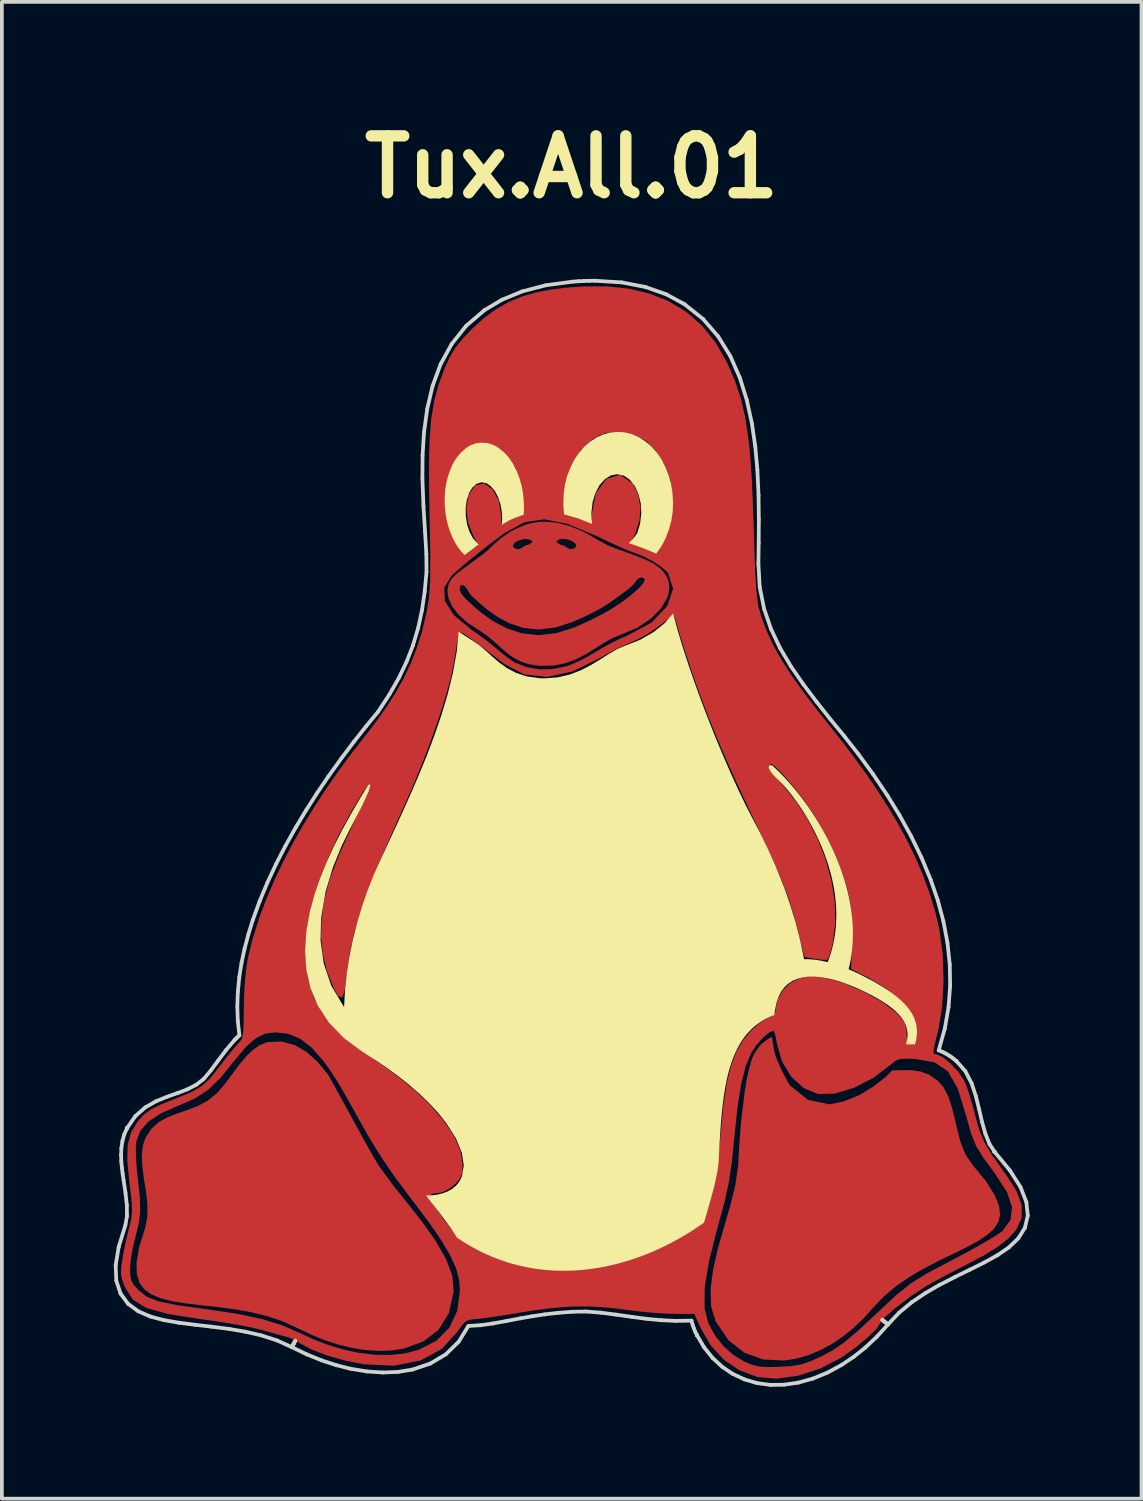
<source format=kicad_pcb>
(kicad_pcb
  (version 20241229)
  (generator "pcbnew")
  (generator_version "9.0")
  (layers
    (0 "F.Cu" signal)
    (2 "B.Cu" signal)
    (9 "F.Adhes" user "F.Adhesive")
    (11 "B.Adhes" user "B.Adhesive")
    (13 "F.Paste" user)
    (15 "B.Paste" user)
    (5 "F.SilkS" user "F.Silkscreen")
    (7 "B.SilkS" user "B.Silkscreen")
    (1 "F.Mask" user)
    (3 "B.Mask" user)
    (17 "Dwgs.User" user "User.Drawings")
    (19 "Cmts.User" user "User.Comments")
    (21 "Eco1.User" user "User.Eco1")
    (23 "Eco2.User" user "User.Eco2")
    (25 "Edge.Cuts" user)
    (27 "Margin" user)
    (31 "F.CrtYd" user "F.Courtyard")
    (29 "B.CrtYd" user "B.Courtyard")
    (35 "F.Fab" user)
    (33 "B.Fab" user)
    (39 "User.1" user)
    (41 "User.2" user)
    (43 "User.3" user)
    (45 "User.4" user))
  (footprint "Tux.All.01"
    (layer "F.Cu")
    (at 12.27 19.273)
    (property "Reference" "Tux.All.01" (at 0 -17.847 0) (layer "F.SilkS") (effects (font (size 1.524 1.524) (thickness 0.305))))
    (attr smd)
    (fp_poly (pts (xy -3.16 12.271) (xy -3.16 12.272) (xy -3.16 12.272) (xy -3.16 12.273) (xy -3.16 12.273) (xy -3.16 12.274) (xy -3.16 12.275) (xy -3.16 12.275) (xy -3.16 12.276) (xy -3.289 12.865) (xy -3.564 13.313) (xy -3.971 13.627) (xy -4.493 13.818) (xy -4.823 13.87) (xy -5.18 13.882) (xy -5.559 13.855) (xy -5.956 13.787) (xy -6.293 13.701) (xy -6.636 13.587) (xy -6.984 13.445) (xy -7.335 13.276) (xy -7.335 13.276) (xy -7.335 13.276) (xy -7.336 13.276) (xy -7.336 13.276) (xy -7.741 13.09) (xy -8.157 12.95) (xy -8.578 12.846) (xy -8.996 12.771) (xy -9.472 12.708) (xy -9.926 12.658) (xy -10.347 12.608) (xy -10.725 12.545) (xy -11.025 12.467) (xy -11.267 12.364) (xy -11.452 12.231) (xy -11.58 12.061) (xy -11.652 11.831) (xy -11.661 11.519) (xy -11.594 11.112) (xy -11.435 10.599) (xy -11.435 10.598) (xy -11.434 10.597) (xy -11.434 10.596) (xy -11.434 10.595) (xy -11.433 10.595) (xy -11.433 10.594) (xy -11.433 10.593) (xy -11.433 10.592) (xy -11.37 10.267) (xy -11.371 9.933) (xy -11.411 9.596) (xy -11.464 9.265) (xy -11.505 8.946) (xy -11.52 8.649) (xy -11.494 8.383) (xy -11.414 8.154) (xy -11.414 8.153) (xy -11.414 8.152) (xy -11.413 8.152) (xy -11.413 8.151) (xy -11.253 7.916) (xy -11.062 7.748) (xy -10.842 7.625) (xy -10.594 7.527) (xy -10.324 7.434) (xy -10.043 7.328) (xy -9.767 7.184) (xy -9.509 6.978) (xy -9.509 6.978) (xy -9.508 6.977) (xy -9.508 6.977) (xy -9.507 6.976) (xy -9.507 6.976) (xy -9.507 6.976) (xy -9.506 6.975) (xy -9.506 6.975) (xy -9.292 6.725) (xy -9.096 6.463) (xy -8.907 6.208) (xy -8.714 5.977) (xy -8.545 5.815) (xy -8.365 5.689) (xy -8.164 5.608) (xy -7.781 5.588) (xy -7.407 5.69) (xy -7.1 5.873) (xy -6.805 6.139) (xy -6.521 6.483) (xy -6.25 6.977) (xy -5.979 7.471) (xy -5.708 7.964) (xy -5.437 8.458) (xy -5.437 8.458) (xy -5.437 8.459) (xy -5.437 8.459) (xy -5.437 8.459) (xy -5.436 8.459) (xy -5.436 8.459) (xy -5.436 8.46) (xy -5.436 8.46) (xy -5.166 8.922) (xy -4.815 9.402) (xy -4.421 9.896) (xy -4.023 10.399) (xy -3.663 10.904) (xy -3.378 11.394) (xy -3.2 11.855) (xy -3.16 12.272) (xy -3.16 12.272) (xy -3.16 12.272) (xy -3.16 12.271) (xy -3.16 12.271) (xy -3.16 12.271)) (stroke (width 0) (type solid)) (fill yes) (layer "F.Cu"))
    (fp_poly (pts (xy 11.483 10.233) (xy 11.437 10.426) (xy 11.325 10.601) (xy 11.146 10.766) (xy 10.904 10.929) (xy 10.579 11.107) (xy 10.207 11.288) (xy 9.803 11.484) (xy 9.384 11.703) (xy 9.028 11.914) (xy 8.682 12.156) (xy 8.354 12.434) (xy 8.053 12.754) (xy 7.803 13.03) (xy 7.543 13.276) (xy 7.275 13.492) (xy 7.002 13.678) (xy 6.67 13.86) (xy 6.338 13.998) (xy 6.01 14.091) (xy 5.689 14.139) (xy 5.133 14.111) (xy 4.633 13.933) (xy 4.204 13.597) (xy 3.861 13.093) (xy 3.861 13.092) (xy 3.861 13.092) (xy 3.861 13.092) (xy 3.86 13.091) (xy 3.86 13.091) (xy 3.86 13.09) (xy 3.86 13.09) (xy 3.86 13.089) (xy 3.738 12.695) (xy 3.723 12.223) (xy 3.792 11.693) (xy 3.922 11.126) (xy 4.088 10.547) (xy 4.254 9.976) (xy 4.389 9.429) (xy 4.461 8.922) (xy 4.461 8.922) (xy 4.461 8.921) (xy 4.461 8.92) (xy 4.461 8.92) (xy 4.495 8.323) (xy 4.538 7.77) (xy 4.566 7.513) (xy 4.599 7.268) (xy 4.624 7.036) (xy 4.656 6.818) (xy 4.68 6.67) (xy 4.706 6.531) (xy 4.736 6.399) (xy 4.769 6.27) (xy 4.799 6.169) (xy 4.821 6.091) (xy 4.849 6.014) (xy 4.897 5.916) (xy 4.934 5.855) (xy 4.989 5.776) (xy 5.047 5.7) (xy 5.095 5.649) (xy 5.252 5.528) (xy 5.303 5.493) (xy 5.356 5.473) (xy 5.38 5.517) (xy 5.388 5.591) (xy 5.42 5.792) (xy 5.467 5.985) (xy 5.637 6.386) (xy 5.844 6.763) (xy 6.338 7.154) (xy 6.914 7.274) (xy 7.291 7.193) (xy 7.646 7.053) (xy 7.717 7.018) (xy 7.788 6.98) (xy 8.111 6.779) (xy 8.406 6.547) (xy 8.501 6.456) (xy 8.587 6.364) (xy 8.689 6.36) (xy 8.785 6.356) (xy 9.093 6.356) (xy 9.341 6.391) (xy 9.579 6.478) (xy 9.813 6.639) (xy 9.813 6.639) (xy 9.813 6.639) (xy 9.814 6.64) (xy 9.814 6.64) (xy 9.814 6.64) (xy 9.814 6.64) (xy 9.815 6.64) (xy 9.815 6.64) (xy 9.973 6.825) (xy 10.095 7.065) (xy 10.189 7.347) (xy 10.268 7.659) (xy 10.343 7.987) (xy 10.432 8.312) (xy 10.558 8.62) (xy 10.744 8.893) (xy 10.744 8.893) (xy 10.744 8.893) (xy 10.744 8.893) (xy 10.744 8.894) (xy 10.744 8.894) (xy 10.744 8.894) (xy 10.744 8.894) (xy 10.744 8.894) (xy 11.103 9.331) (xy 11.334 9.697) (xy 11.455 9.994) (xy 11.483 10.229) (xy 11.483 10.229) (xy 11.483 10.229) (xy 11.483 10.23) (xy 11.483 10.23) (xy 11.483 10.233)) (stroke (width 0) (type solid)) (fill yes) (layer "F.Cu"))
    (fp_poly (pts (xy -0.724 -8.342) (xy -1.244 -7.881) (xy -1.092 -7.851) (xy -1.064 -7.825) (xy -1.056 -7.79) (xy -1.139 -7.731) (xy -1.253 -7.699) (xy -1.333 -7.642) (xy -1.418 -7.605) (xy -1.52 -7.622) (xy -1.581 -7.686) (xy -1.523 -7.784) (xy -1.401 -7.845) (xy -1.244 -7.881) (xy -1.244 -7.881) (xy -0.724 -8.342) (xy -1.99 -5.792) (xy -1.665 -5.618) (xy -1.295 -5.496) (xy -0.883 -5.451) (xy -0.436 -5.507) (xy 0.013 -5.649) (xy 0.431 -5.835) (xy 0.784 -6.021) (xy 0.969 -6.136) (xy 1.167 -6.276) (xy 1.367 -6.423) (xy 1.557 -6.565) (xy 1.666 -6.669) (xy 1.735 -6.764) (xy 1.799 -6.83) (xy 1.889 -6.848) (xy 1.889 -6.848) (xy 1.956 -6.809) (xy 1.939 -6.727) (xy 1.854 -6.613) (xy 1.714 -6.479) (xy 1.534 -6.329) (xy 1.325 -6.173) (xy 1.131 -6.045) (xy 0.891 -5.901) (xy 0.486 -5.693) (xy 0.052 -5.499) (xy -0.406 -5.357) (xy -0.883 -5.301) (xy -1.342 -5.352) (xy -1.749 -5.487) (xy -2.104 -5.676) (xy -2.406 -5.89) (xy -2.537 -5.999) (xy -2.655 -6.103) (xy -2.76 -6.2) (xy -2.851 -6.286) (xy -2.959 -6.408) (xy -3 -6.527) (xy -2.99 -6.617) (xy -2.943 -6.649) (xy -2.86 -6.61) (xy -2.804 -6.536) (xy -2.757 -6.45) (xy -2.703 -6.377) (xy -2.612 -6.29) (xy -2.51 -6.196) (xy -2.397 -6.096) (xy -2.272 -5.993) (xy -1.99 -5.792) (xy -0.724 -8.342) (xy -0.875 -8.335) (xy -0.13 -7.869) (xy -0.054 -7.845) (xy 0.007 -7.819) (xy 0.068 -7.784) (xy 0.113 -7.74) (xy 0.126 -7.686) (xy 0.065 -7.622) (xy -0.036 -7.605) (xy -0.122 -7.642) (xy -0.201 -7.699) (xy -0.316 -7.731) (xy -0.399 -7.79) (xy -0.399 -7.808) (xy -0.391 -7.825) (xy -0.378 -7.84) (xy -0.362 -7.851) (xy -0.29 -7.877) (xy -0.211 -7.881) (xy -0.21 -7.881) (xy -0.13 -7.869) (xy -0.875 -8.335) (xy -1.017 -8.316) (xy -1.152 -8.286) (xy -1.28 -8.247) (xy -1.611 -8.095) (xy -1.885 -7.907) (xy -2.107 -7.714) (xy -2.279 -7.548) (xy -2.28 -7.547) (xy -2.28 -7.547) (xy -2.28 -7.547) (xy -2.313 -7.519) (xy -2.355 -7.486) (xy -2.413 -7.444) (xy -2.492 -7.386) (xy -2.596 -7.309) (xy -2.726 -7.214) (xy -2.882 -7.098) (xy -3.067 -6.961) (xy -3.214 -6.818) (xy -3.301 -6.656) (xy -3.33 -6.477) (xy -3.298 -6.282) (xy -3.203 -6.073) (xy -3.037 -5.856) (xy -2.797 -5.639) (xy -2.479 -5.43) (xy -2.478 -5.43) (xy -2.478 -5.43) (xy -2.478 -5.43) (xy -2.477 -5.43) (xy -2.271 -5.29) (xy -2.088 -5.137) (xy -1.917 -4.982) (xy -1.747 -4.835) (xy -1.659 -4.767) (xy -1.566 -4.704) (xy -1.468 -4.646) (xy -1.362 -4.596) (xy -1.247 -4.553) (xy -1.12 -4.518) (xy -0.982 -4.493) (xy -0.828 -4.478) (xy -0.474 -4.487) (xy -0.161 -4.551) (xy 0.119 -4.656) (xy 0.374 -4.787) (xy 0.612 -4.933) (xy 0.84 -5.079) (xy 1.066 -5.208) (xy 1.299 -5.307) (xy 1.3 -5.307) (xy 1.301 -5.307) (xy 1.301 -5.308) (xy 1.754 -5.496) (xy 2.124 -5.741) (xy 2.399 -6.021) (xy 2.567 -6.314) (xy 2.607 -6.458) (xy 2.619 -6.599) (xy 2.6 -6.735) (xy 2.551 -6.866) (xy 2.55 -6.866) (xy 2.467 -6.992) (xy 2.347 -7.113) (xy 2.185 -7.224) (xy 1.981 -7.325) (xy 1.98 -7.325) (xy 1.979 -7.325) (xy 1.979 -7.325) (xy 1.979 -7.325) (xy 1.565 -7.488) (xy 1.244 -7.601) (xy 0.976 -7.705) (xy 0.719 -7.845) (xy 0.307 -8.078) (xy -0.07 -8.232) (xy -0.413 -8.317) (xy -0.724 -8.342) (xy -0.724 -8.342)) (stroke (width 0) (type solid)) (fill yes) (layer "F.Cu"))
    (fp_poly (pts (xy 4.986 14.558) (xy 4.319 14.007) (xy 4.616 14.187) (xy 4.821 14.275) (xy 5.013 14.322) (xy 5.244 14.338) (xy 5.569 14.331) (xy 5.9 14.309) (xy 6.159 14.265) (xy 6.408 14.182) (xy 6.713 14.044) (xy 6.713 14.044) (xy 7.022 13.877) (xy 7.328 13.664) (xy 7.688 13.36) (xy 8.164 12.918) (xy 8.699 12.417) (xy 9.103 12.091) (xy 9.55 11.815) (xy 10.214 11.465) (xy 10.674 11.221) (xy 11.082 10.992) (xy 11.393 10.804) (xy 11.564 10.683) (xy 11.784 10.378) (xy 11.827 10.03) (xy 11.69 9.618) (xy 11.371 9.125) (xy 11.053 8.693) (xy 10.856 8.368) (xy 10.724 8.04) (xy 10.601 7.597) (xy 10.368 6.839) (xy 10.099 6.371) (xy 9.735 6.125) (xy 9.217 6.034) (xy 8.951 6.025) (xy 8.781 6.04) (xy 8.66 6.09) (xy 8.545 6.185) (xy 8.082 6.539) (xy 7.564 6.806) (xy 7.055 6.96) (xy 6.619 6.975) (xy 6.238 6.822) (xy 5.907 6.522) (xy 5.658 6.113) (xy 5.523 5.634) (xy 5.501 5.507) (xy 5.476 5.398) (xy 5.449 5.319) (xy 5.424 5.28) (xy 5.306 5.311) (xy 5.126 5.456) (xy 4.937 5.666) (xy 4.788 5.891) (xy 4.638 6.258) (xy 4.519 6.724) (xy 4.422 7.346) (xy 4.335 8.175) (xy 4.269 8.834) (xy 4.19 9.362) (xy 4.076 9.879) (xy 3.905 10.504) (xy 3.665 11.439) (xy 3.544 12.172) (xy 3.538 12.734) (xy 3.645 13.158) (xy 3.823 13.481) (xy 4.051 13.768) (xy 4.319 14.007) (xy 4.986 14.558) (xy 4.512 14.381) (xy 4.1 14.104) (xy 2.469 11.076) (xy 3.053 10.787) (xy 3.432 10.556) (xy 3.614 10.259) (xy 3.783 9.702) (xy 3.923 8.951) (xy 4.018 8.076) (xy 4.088 7.319) (xy 4.178 6.721) (xy 4.294 6.246) (xy 4.443 5.857) (xy 4.607 5.579) (xy 4.823 5.317) (xy 5.061 5.102) (xy 5.292 4.963) (xy 5.391 4.913) (xy 5.454 4.854) (xy 5.488 4.781) (xy 5.498 4.685) (xy 5.548 4.454) (xy 5.68 4.23) (xy 5.872 4.042) (xy 6.101 3.92) (xy 6.257 3.878) (xy 6.41 3.862) (xy 6.584 3.872) (xy 6.804 3.907) (xy 7.29 4.049) (xy 7.828 4.281) (xy 8.322 4.556) (xy 8.677 4.828) (xy 8.818 4.98) (xy 8.903 5.107) (xy 8.945 5.235) (xy 8.956 5.389) (xy 8.961 5.53) (xy 8.982 5.616) (xy 9.022 5.659) (xy 9.089 5.671) (xy 9.2 5.621) (xy 9.266 5.486) (xy 9.28 5.285) (xy 9.239 5.039) (xy 9.087 4.751) (xy 8.797 4.434) (xy 8.409 4.124) (xy 7.962 3.857) (xy 7.85 3.801) (xy 7.737 3.744) (xy 7.625 3.688) (xy 7.513 3.631) (xy 7.518 3.432) (xy 7.523 3.233) (xy 7.528 3.033) (xy 7.533 2.834) (xy 7.536 2.419) (xy 7.518 2.085) (xy 7.476 1.785) (xy 7.406 1.473) (xy 7.286 1.076) (xy 7.13 0.67) (xy 6.943 0.261) (xy 6.727 -0.146) (xy 6.497 -0.526) (xy 6.246 -0.893) (xy 5.979 -1.242) (xy 5.696 -1.568) (xy 5.58 -1.689) (xy 5.476 -1.788) (xy 5.395 -1.854) (xy 5.348 -1.879) (xy 5.283 -1.833) (xy 5.315 -1.704) (xy 5.436 -1.51) (xy 5.64 -1.265) (xy 5.994 -0.829) (xy 6.304 -0.351) (xy 6.564 0.157) (xy 6.773 0.685) (xy 6.936 1.267) (xy 7.028 1.843) (xy 7.044 2.399) (xy 6.98 2.92) (xy 6.941 3.088) (xy 6.903 3.229) (xy 6.87 3.329) (xy 6.847 3.372) (xy 6.809 3.379) (xy 6.737 3.377) (xy 6.641 3.368) (xy 6.532 3.352) (xy 6.464 3.341) (xy 6.396 3.33) (xy 6.328 3.318) (xy 6.26 3.307) (xy 6.218 3.139) (xy 6.176 2.972) (xy 6.134 2.804) (xy 6.092 2.637) (xy 5.982 2.218) (xy 5.869 1.843) (xy 5.735 1.468) (xy 5.564 1.05) (xy 5.431 0.748) (xy 5.272 0.402) (xy 5.083 -0.000007) (xy 4.86 -0.468) (xy 4.642 -0.929) (xy 4.437 -1.371) (xy 4.245 -1.797) (xy 4.064 -2.21) (xy 3.871 -2.667) (xy 3.691 -3.113) (xy 3.521 -3.553) (xy 3.361 -3.991) (xy 3.206 -4.435) (xy 3.058 -4.884) (xy 2.915 -5.343) (xy 2.776 -5.814) (xy 2.739 -5.832) (xy 2.657 -5.8) (xy 2.531 -5.719) (xy 2.367 -5.592) (xy 2.187 -5.46) (xy 1.982 -5.33) (xy 1.777 -5.216) (xy 1.596 -5.136) (xy 1.41 -5.057) (xy 1.188 -4.951) (xy 0.959 -4.83) (xy 0.751 -4.71) (xy 0.022 -4.353) (xy -0.651 -4.205) (xy -1.257 -4.269) (xy -1.787 -4.543) (xy -2.313 -4.948) (xy -2.67 -5.214) (xy -2.882 -5.361) (xy -2.975 -5.407) (xy -3.018 -5.383) (xy -3.058 -5.273) (xy -3.107 -5.018) (xy -3.18 -4.56) (xy -3.255 -4.188) (xy -3.378 -3.73) (xy -3.541 -3.207) (xy -3.738 -2.636) (xy -3.909 -2.175) (xy -4.094 -1.705) (xy -4.288 -1.237) (xy -4.49 -0.778) (xy -4.781 -0.13) (xy -5.034 0.45) (xy -5.252 0.968) (xy -5.438 1.432) (xy -5.684 2.113) (xy -5.859 2.702) (xy -5.975 3.235) (xy -6.046 3.75) (xy -6.099 4.192) (xy -6.159 4.386) (xy -6.243 4.352) (xy -6.371 4.114) (xy -6.537 3.692) (xy -6.643 3.258) (xy -6.691 2.808) (xy -6.68 2.34) (xy -6.605 1.794) (xy -6.457 1.238) (xy -6.214 0.599) (xy -5.85 -0.199) (xy -5.55 -0.861) (xy -5.402 -1.266) (xy -5.419 -1.364) (xy -5.614 -1.102) (xy -5.959 -0.526) (xy -6.264 0.046) (xy -6.527 0.609) (xy -6.747 1.159) (xy -6.969 1.855) (xy -7.109 2.507) (xy -7.165 3.106) (xy -7.134 3.639) (xy -7.048 4.054) (xy -6.922 4.424) (xy -6.745 4.762) (xy -6.507 5.082) (xy -6.276 5.324) (xy -5.999 5.571) (xy -5.669 5.828) (xy -5.283 6.102) (xy -4.858 6.404) (xy -4.474 6.704) (xy -4.13 6.999) (xy -3.829 7.288) (xy -3.447 7.723) (xy -3.17 8.139) (xy -3.001 8.532) (xy -2.945 8.899) (xy -2.953 9.071) (xy -2.986 9.198) (xy -3.054 9.306) (xy -3.169 9.421) (xy -3.269 9.499) (xy -3.374 9.563) (xy -3.472 9.607) (xy -3.551 9.623) (xy -3.758 9.649) (xy -3.819 9.748) (xy -3.729 9.958) (xy -3.486 10.318) (xy -3.243 10.643) (xy -3.042 10.854) (xy -2.801 11.018) (xy -2.439 11.205) (xy -2.153 11.336) (xy -1.845 11.459) (xy -1.552 11.561) (xy -1.31 11.628) (xy -0.715 11.703) (xy -0.004 11.708) (xy 0.715 11.649) (xy 1.336 11.528) (xy 1.336 11.528) (xy 1.336 11.528) (xy 1.336 11.528) (xy 1.336 11.528) (xy 1.336 11.528) (xy 1.843 11.348) (xy 2.469 11.076) (xy 4.1 14.104) (xy 3.755 13.732) (xy 3.486 13.273) (xy 3.44 13.172) (xy 3.394 13.07) (xy 3.347 12.969) (xy 3.301 12.867) (xy -2.969 12.26) (xy -2.993 11.969) (xy -3.074 11.667) (xy -3.223 11.33) (xy -3.452 10.939) (xy -3.616 10.693) (xy -3.808 10.421) (xy -4.032 10.119) (xy -4.289 9.783) (xy -4.717 9.211) (xy -5.085 8.673) (xy -5.43 8.111) (xy -5.79 7.469) (xy -6.022 7.051) (xy -6.236 6.687) (xy -6.436 6.373) (xy -6.626 6.107) (xy -6.949 5.737) (xy -7.265 5.495) (xy -7.59 5.361) (xy -7.942 5.32) (xy -8.216 5.357) (xy -8.474 5.481) (xy -8.734 5.704) (xy -9.016 6.039) (xy -9.41 6.529) (xy -9.749 6.861) (xy -10.107 7.095) (xy -10.556 7.29) (xy -11.027 7.498) (xy -11.364 7.723) (xy -11.581 7.975) (xy -11.69 8.266) (xy -11.703 8.421) (xy -11.701 8.648) (xy -11.685 8.918) (xy -11.657 9.199) (xy -11.597 9.749) (xy -11.584 10.131) (xy -11.623 10.457) (xy -11.717 10.838) (xy -11.772 11.063) (xy -11.817 11.299) (xy -11.847 11.518) (xy -11.858 11.691) (xy -11.85 11.878) (xy -11.817 12.015) (xy -11.746 12.135) (xy -11.625 12.268) (xy -11.399 12.448) (xy -11.081 12.575) (xy -10.559 12.681) (xy -9.722 12.797) (xy -8.938 12.914) (xy -8.295 13.052) (xy -7.752 13.222) (xy -7.265 13.436) (xy -6.879 13.613) (xy -6.489 13.759) (xy -6.1 13.873) (xy -5.717 13.955) (xy -5.274 14.008) (xy -4.852 14.013) (xy -4.457 13.97) (xy -4.097 13.876) (xy -4.097 13.876) (xy -3.611 13.628) (xy -3.258 13.271) (xy -3.042 12.813) (xy -2.969 12.26) (xy 3.301 12.867) (xy 3.166 12.867) (xy 3.03 12.867) (xy 2.895 12.866) (xy 2.759 12.866) (xy 2.493 12.857) (xy 2.169 12.835) (xy 1.829 12.802) (xy 1.512 12.762) (xy 1.127 12.713) (xy 0.764 12.681) (xy 0.412 12.666) (xy 0.06 12.669) (xy -0.269 12.687) (xy -0.615 12.72) (xy -0.985 12.768) (xy -1.388 12.832) (xy -1.809 12.901) (xy -2.187 12.958) (xy -2.479 12.997) (xy -2.646 13.012) (xy -2.764 13.028) (xy -2.861 13.078) (xy -2.958 13.18) (xy -3.074 13.347) (xy -3.498 13.813) (xy -4.063 14.117) (xy -4.755 14.254) (xy -5.558 14.218) (xy -6.051 14.121) (xy -6.541 13.982) (xy -6.968 13.819) (xy -7.272 13.653) (xy -7.354 13.6) (xy -7.448 13.55) (xy -7.542 13.509) (xy -7.625 13.483) (xy -7.732 13.455) (xy -7.895 13.411) (xy -8.089 13.357) (xy -8.295 13.298) (xy -8.576 13.231) (xy -8.976 13.154) (xy -9.441 13.077) (xy -9.918 13.009) (xy -10.813 12.869) (xy -11.39 12.708) (xy -11.738 12.492) (xy -11.942 12.184) (xy -12.019 11.99) (xy -12.054 11.829) (xy -12.049 11.645) (xy -12.011 11.388) (xy -11.973 11.179) (xy -11.925 10.952) (xy -11.875 10.734) (xy -11.827 10.551) (xy -11.775 10.327) (xy -11.758 10.105) (xy -11.775 9.812) (xy -11.827 9.376) (xy -11.885 8.789) (xy -11.875 8.362) (xy -11.787 8.036) (xy -11.615 7.75) (xy -11.458 7.573) (xy -11.266 7.431) (xy -10.986 7.291) (xy -10.567 7.125) (xy -10.172 6.962) (xy -9.892 6.797) (xy -9.657 6.575) (xy -9.394 6.243) (xy -9.247 6.05) (xy -9.106 5.872) (xy -8.986 5.73) (xy -8.904 5.644) (xy -8.829 5.55) (xy -3.42 -6.21) (xy -3.179 -5.827) (xy -2.725 -5.447) (xy -2.547 -5.324) (xy -2.354 -5.182) (xy -2.167 -5.038) (xy -2.012 -4.909) (xy -1.875 -4.795) (xy -1.741 -4.689) (xy -1.624 -4.604) (xy -1.54 -4.551) (xy -1.218 -4.422) (xy -0.867 -4.361) (xy -0.499 -4.369) (xy -0.124 -4.447) (xy -0.124 -4.447) (xy 0.04 -4.508) (xy 0.242 -4.601) (xy 0.459 -4.715) (xy 0.663 -4.836) (xy 0.872 -4.96) (xy 1.1 -5.083) (xy 1.32 -5.19) (xy 1.505 -5.269) (xy 2.155 -5.619) (xy 2.582 -6.068) (xy 2.745 -6.546) (xy 2.599 -6.987) (xy 2.432 -7.141) (xy 2.181 -7.305) (xy 1.895 -7.452) (xy 1.618 -7.555) (xy 1.488 -7.604) (xy 1.265 -7.702) (xy 0.981 -7.833) (xy 0.665 -7.985) (xy -0.107 -8.308) (xy -0.733 -8.429) (xy -1.274 -8.348) (xy -1.793 -8.069) (xy -2.186 -7.778) (xy -2.597 -7.455) (xy -2.967 -7.15) (xy -3.233 -6.913) (xy -3.44 -6.578) (xy -3.42 -6.21) (xy -8.829 5.55) (xy -8.786 5.401) (xy -8.767 5.135) (xy -8.763 4.694) (xy -8.754 4.325) (xy -8.731 3.957) (xy -8.696 3.622) (xy -8.652 3.352) (xy -8.526 2.843) (xy -8.362 2.319) (xy -8.162 1.781) (xy -7.926 1.232) (xy -7.693 0.748) (xy -7.435 0.258) (xy -7.152 -0.237) (xy -6.845 -0.735) (xy -6.546 -1.19) (xy -6.228 -1.646) (xy -5.892 -2.103) (xy -5.537 -2.559) (xy -5.222 -2.967) (xy -4.946 -3.357) (xy -4.704 -3.736) (xy -4.495 -4.107) (xy -4.294 -4.527) (xy -4.126 -4.955) (xy -3.081 -7.683) (xy -2.97 -7.532) (xy -2.875 -7.469) (xy -2.771 -7.491) (xy -2.632 -7.591) (xy -2.632 -7.591) (xy -2.632 -7.591) (xy -2.592 -7.624) (xy -2.552 -7.657) (xy -2.512 -7.69) (xy -2.472 -7.724) (xy -2.507 -7.782) (xy -2.541 -7.841) (xy -2.575 -7.9) (xy -2.609 -7.959) (xy -2.757 -8.326) (xy -2.799 -8.707) (xy -2.739 -9.047) (xy -2.577 -9.289) (xy -2.355 -9.344) (xy -2.139 -9.196) (xy -1.975 -8.9) (xy -1.91 -8.51) (xy -1.91 -8.44) (xy -1.91 -8.37) (xy -1.91 -8.3) (xy -1.91 -8.231) (xy -1.829 -8.27) (xy -1.748 -8.309) (xy -1.666 -8.349) (xy -1.585 -8.388) (xy -1.504 -8.428) (xy -1.423 -8.467) (xy -1.342 -8.507) (xy -1.261 -8.546) (xy -1.267 -8.662) (xy -1.274 -8.778) (xy -1.281 -8.894) (xy -1.287 -9.01) (xy -1.476 -9.784) (xy -1.877 -10.303) (xy -2.393 -10.49) (xy -2.926 -10.272) (xy -3.274 -9.759) (xy -3.42 -9.081) (xy -3.358 -8.351) (xy -3.081 -7.683) (xy -4.126 -4.955) (xy -3.987 -5.397) (xy -3.874 -5.864) (xy -3.803 -6.265) (xy -3.768 -6.726) (xy -0.199 -9.268) (xy -0.226 -8.681) (xy -0.206 -8.608) (xy -0.154 -8.547) (xy -0.062 -8.495) (xy 0.073 -8.447) (xy 0.193 -8.41) (xy 0.306 -8.374) (xy 0.4 -8.344) (xy 0.461 -8.322) (xy 0.507 -8.317) (xy 0.538 -8.347) (xy 0.554 -8.416) (xy 0.56 -8.528) (xy 0.671 -9.098) (xy 0.944 -9.469) (xy 1.293 -9.574) (xy 1.627 -9.345) (xy 1.761 -9.059) (xy 1.819 -8.718) (xy 1.796 -8.367) (xy 1.692 -8.053) (xy 1.639 -7.942) (xy 1.604 -7.848) (xy 1.59 -7.781) (xy 1.599 -7.751) (xy 1.642 -7.733) (xy 1.72 -7.698) (xy 1.822 -7.651) (xy 1.935 -7.598) (xy 2.049 -7.545) (xy 2.149 -7.502) (xy 2.225 -7.471) (xy 2.265 -7.458) (xy 2.3 -7.488) (xy 2.358 -7.574) (xy 2.431 -7.701) (xy 2.512 -7.858) (xy 2.512 -7.858) (xy 2.616 -8.09) (xy 2.676 -8.299) (xy 2.704 -8.538) (xy 2.712 -8.864) (xy 2.705 -9.193) (xy 2.675 -9.433) (xy 2.611 -9.643) (xy 2.5 -9.884) (xy 2.266 -10.267) (xy 2.004 -10.53) (xy 1.694 -10.687) (xy 1.315 -10.753) (xy 1.072 -10.76) (xy 0.896 -10.74) (xy 0.737 -10.68) (xy 0.549 -10.569) (xy 0.202 -10.246) (xy -0.052 -9.801) (xy -0.199 -9.268) (xy -3.768 -6.726) (xy -3.764 -7.426) (xy -3.785 -8.546) (xy -3.796 -9.147) (xy -3.8 -9.671) (xy -3.797 -10.128) (xy -3.784 -10.526) (xy -3.739 -11.103) (xy -3.659 -11.584) (xy -3.541 -12.018) (xy -3.378 -12.453) (xy -3.246 -12.742) (xy -3.101 -12.983) (xy -2.914 -13.218) (xy -2.656 -13.489) (xy -2.338 -13.779) (xy -2.013 -14.018) (xy -1.669 -14.212) (xy -1.295 -14.364) (xy -0.952 -14.462) (xy -0.574 -14.536) (xy -0.154 -14.589) (xy 0.313 -14.624) (xy 0.951 -14.625) (xy 1.541 -14.562) (xy 2.08 -14.433) (xy 2.571 -14.239) (xy 3.055 -13.949) (xy 3.478 -13.579) (xy 3.84 -13.129) (xy 4.142 -12.6) (xy 4.356 -12.108) (xy 4.521 -11.61) (xy 4.644 -11.058) (xy 4.734 -10.405) (xy 4.775 -9.942) (xy 4.808 -9.415) (xy 4.835 -8.812) (xy 4.857 -8.123) (xy 4.891 -7.092) (xy 4.928 -6.456) (xy 4.983 -6.064) (xy 5.069 -5.764) (xy 5.216 -5.379) (xy 5.391 -5.004) (xy 5.609 -4.618) (xy 5.883 -4.196) (xy 6.097 -3.895) (xy 6.344 -3.563) (xy 6.629 -3.195) (xy 6.955 -2.784) (xy 7.292 -2.357) (xy 7.606 -1.94) (xy 7.899 -1.533) (xy 8.17 -1.136) (xy 8.465 -0.677) (xy 8.731 -0.228) (xy 8.969 0.212) (xy 9.181 0.644) (xy 9.393 1.135) (xy 9.571 1.621) (xy 9.717 2.102) (xy 9.831 2.581) (xy 9.92 3.235) (xy 9.944 3.965) (xy 9.904 4.679) (xy 9.802 5.283) (xy 9.707 5.666) (xy 9.671 5.865) (xy 9.691 5.941) (xy 9.765 5.953) (xy 9.926 6.022) (xy 10.139 6.196) (xy 10.349 6.423) (xy 10.502 6.652) (xy 10.564 6.802) (xy 10.638 7.022) (xy 10.716 7.283) (xy 10.787 7.556) (xy 10.902 7.969) (xy 11.045 8.309) (xy 11.272 8.682) (xy 11.639 9.195) (xy 11.905 9.614) (xy 12.039 9.984) (xy 12.036 10.318) (xy 11.89 10.63) (xy 11.692 10.849) (xy 11.415 11.068) (xy 11.055 11.292) (xy 10.612 11.528) (xy 10.294 11.69) (xy 9.973 11.858) (xy 9.689 12.013) (xy 9.477 12.134) (xy 9.072 12.403) (xy 8.674 12.704) (xy 8.371 12.968) (xy 8.25 13.123) (xy 8.154 13.273) (xy 7.909 13.513) (xy 7.577 13.786) (xy 7.224 14.037) (xy 6.659 14.33) (xy 6.063 14.523) (xy 5.488 14.603) (xy 4.986 14.558) (xy 4.986 14.558) (xy 4.986 14.558) (xy 4.986 14.558) (xy 4.986 14.558) (xy 4.986 14.558)) (stroke (width 0.047) (type solid)) (fill yes) (layer "F.Cu"))
    (fp_poly (pts (xy -3.16 12.271) (xy -3.16 12.272) (xy -3.16 12.272) (xy -3.16 12.273) (xy -3.16 12.273) (xy -3.16 12.274) (xy -3.16 12.275) (xy -3.16 12.275) (xy -3.16 12.276) (xy -3.289 12.865) (xy -3.564 13.313) (xy -3.971 13.627) (xy -4.493 13.818) (xy -4.823 13.87) (xy -5.18 13.882) (xy -5.559 13.855) (xy -5.956 13.787) (xy -6.293 13.701) (xy -6.636 13.587) (xy -6.984 13.445) (xy -7.335 13.276) (xy -7.335 13.276) (xy -7.335 13.276) (xy -7.336 13.276) (xy -7.336 13.276) (xy -7.741 13.09) (xy -8.157 12.95) (xy -8.578 12.846) (xy -8.996 12.771) (xy -9.472 12.708) (xy -9.926 12.658) (xy -10.347 12.608) (xy -10.725 12.545) (xy -11.025 12.467) (xy -11.267 12.364) (xy -11.452 12.231) (xy -11.58 12.061) (xy -11.652 11.831) (xy -11.661 11.519) (xy -11.594 11.112) (xy -11.435 10.599) (xy -11.435 10.598) (xy -11.434 10.597) (xy -11.434 10.596) (xy -11.434 10.595) (xy -11.433 10.595) (xy -11.433 10.594) (xy -11.433 10.593) (xy -11.433 10.592) (xy -11.37 10.267) (xy -11.371 9.933) (xy -11.411 9.596) (xy -11.464 9.265) (xy -11.505 8.946) (xy -11.52 8.649) (xy -11.494 8.383) (xy -11.414 8.154) (xy -11.414 8.153) (xy -11.414 8.152) (xy -11.413 8.152) (xy -11.413 8.151) (xy -11.253 7.916) (xy -11.062 7.748) (xy -10.842 7.625) (xy -10.594 7.527) (xy -10.324 7.434) (xy -10.043 7.328) (xy -9.767 7.184) (xy -9.509 6.978) (xy -9.509 6.978) (xy -9.508 6.977) (xy -9.508 6.977) (xy -9.507 6.976) (xy -9.507 6.976) (xy -9.507 6.976) (xy -9.506 6.975) (xy -9.506 6.975) (xy -9.292 6.725) (xy -9.096 6.463) (xy -8.907 6.208) (xy -8.714 5.977) (xy -8.545 5.815) (xy -8.365 5.689) (xy -8.164 5.608) (xy -7.781 5.588) (xy -7.407 5.69) (xy -7.1 5.873) (xy -6.805 6.139) (xy -6.521 6.483) (xy -6.25 6.977) (xy -5.979 7.471) (xy -5.708 7.964) (xy -5.437 8.458) (xy -5.437 8.458) (xy -5.437 8.459) (xy -5.437 8.459) (xy -5.437 8.459) (xy -5.436 8.459) (xy -5.436 8.459) (xy -5.436 8.46) (xy -5.436 8.46) (xy -5.166 8.922) (xy -4.815 9.402) (xy -4.421 9.896) (xy -4.023 10.399) (xy -3.663 10.904) (xy -3.378 11.394) (xy -3.2 11.855) (xy -3.16 12.272) (xy -3.16 12.272) (xy -3.16 12.272) (xy -3.16 12.271) (xy -3.16 12.271) (xy -3.16 12.271)) (stroke (width 0) (type solid)) (fill yes) (layer "F.Mask"))
    (fp_poly (pts (xy -0.724 -8.342) (xy -1.244 -7.881) (xy -1.092 -7.851) (xy -1.064 -7.825) (xy -1.056 -7.79) (xy -1.139 -7.731) (xy -1.253 -7.699) (xy -1.333 -7.642) (xy -1.418 -7.605) (xy -1.52 -7.622) (xy -1.581 -7.686) (xy -1.523 -7.784) (xy -1.401 -7.845) (xy -1.244 -7.881) (xy -1.244 -7.881) (xy -0.724 -8.342) (xy -1.99 -5.792) (xy -1.665 -5.618) (xy -1.295 -5.496) (xy -0.883 -5.451) (xy -0.436 -5.507) (xy 0.013 -5.649) (xy 0.431 -5.835) (xy 0.784 -6.021) (xy 0.969 -6.136) (xy 1.167 -6.276) (xy 1.367 -6.423) (xy 1.557 -6.565) (xy 1.666 -6.669) (xy 1.735 -6.764) (xy 1.799 -6.83) (xy 1.889 -6.848) (xy 1.889 -6.848) (xy 1.956 -6.809) (xy 1.939 -6.727) (xy 1.854 -6.613) (xy 1.714 -6.479) (xy 1.534 -6.329) (xy 1.325 -6.173) (xy 1.131 -6.045) (xy 0.891 -5.901) (xy 0.486 -5.693) (xy 0.052 -5.499) (xy -0.406 -5.357) (xy -0.883 -5.301) (xy -1.342 -5.352) (xy -1.749 -5.487) (xy -2.104 -5.676) (xy -2.406 -5.89) (xy -2.537 -5.999) (xy -2.655 -6.103) (xy -2.76 -6.2) (xy -2.851 -6.286) (xy -2.959 -6.408) (xy -3 -6.527) (xy -2.99 -6.617) (xy -2.943 -6.649) (xy -2.86 -6.61) (xy -2.804 -6.536) (xy -2.757 -6.45) (xy -2.703 -6.377) (xy -2.612 -6.29) (xy -2.51 -6.196) (xy -2.397 -6.096) (xy -2.272 -5.993) (xy -1.99 -5.792) (xy -0.724 -8.342) (xy -0.875 -8.335) (xy -0.13 -7.869) (xy -0.054 -7.845) (xy 0.007 -7.819) (xy 0.068 -7.784) (xy 0.113 -7.74) (xy 0.126 -7.686) (xy 0.065 -7.622) (xy -0.036 -7.605) (xy -0.122 -7.642) (xy -0.201 -7.699) (xy -0.316 -7.731) (xy -0.399 -7.79) (xy -0.399 -7.808) (xy -0.391 -7.825) (xy -0.378 -7.84) (xy -0.362 -7.851) (xy -0.29 -7.877) (xy -0.211 -7.881) (xy -0.21 -7.881) (xy -0.13 -7.869) (xy -0.875 -8.335) (xy -1.017 -8.316) (xy -1.152 -8.286) (xy -1.28 -8.247) (xy -1.611 -8.095) (xy -1.885 -7.907) (xy -2.107 -7.714) (xy -2.279 -7.548) (xy -2.28 -7.547) (xy -2.28 -7.547) (xy -2.28 -7.547) (xy -2.313 -7.519) (xy -2.355 -7.486) (xy -2.413 -7.444) (xy -2.492 -7.386) (xy -2.596 -7.309) (xy -2.726 -7.214) (xy -2.882 -7.098) (xy -3.067 -6.961) (xy -3.214 -6.818) (xy -3.301 -6.656) (xy -3.33 -6.477) (xy -3.298 -6.282) (xy -3.203 -6.073) (xy -3.037 -5.856) (xy -2.797 -5.639) (xy -2.479 -5.43) (xy -2.478 -5.43) (xy -2.478 -5.43) (xy -2.478 -5.43) (xy -2.477 -5.43) (xy -2.271 -5.29) (xy -2.088 -5.137) (xy -1.917 -4.982) (xy -1.747 -4.835) (xy -1.659 -4.767) (xy -1.566 -4.704) (xy -1.468 -4.646) (xy -1.362 -4.596) (xy -1.247 -4.553) (xy -1.12 -4.518) (xy -0.982 -4.493) (xy -0.828 -4.478) (xy -0.474 -4.487) (xy -0.161 -4.551) (xy 0.119 -4.656) (xy 0.374 -4.787) (xy 0.612 -4.933) (xy 0.84 -5.079) (xy 1.066 -5.208) (xy 1.299 -5.307) (xy 1.3 -5.307) (xy 1.301 -5.307) (xy 1.301 -5.308) (xy 1.754 -5.496) (xy 2.124 -5.741) (xy 2.399 -6.021) (xy 2.567 -6.314) (xy 2.607 -6.458) (xy 2.619 -6.599) (xy 2.6 -6.735) (xy 2.551 -6.866) (xy 2.55 -6.866) (xy 2.467 -6.992) (xy 2.347 -7.113) (xy 2.185 -7.224) (xy 1.981 -7.325) (xy 1.98 -7.325) (xy 1.979 -7.325) (xy 1.979 -7.325) (xy 1.979 -7.325) (xy 1.565 -7.488) (xy 1.244 -7.601) (xy 0.976 -7.705) (xy 0.719 -7.845) (xy 0.307 -8.078) (xy -0.07 -8.232) (xy -0.413 -8.317) (xy -0.724 -8.342) (xy -0.724 -8.342)) (stroke (width 0) (type solid)) (fill yes) (layer "F.Mask"))
    (fp_poly (pts (xy 11.483 10.233) (xy 11.437 10.426) (xy 11.325 10.601) (xy 11.146 10.766) (xy 10.904 10.929) (xy 10.579 11.107) (xy 10.207 11.288) (xy 9.803 11.484) (xy 9.384 11.703) (xy 9.028 11.914) (xy 8.682 12.156) (xy 8.354 12.434) (xy 8.053 12.754) (xy 7.803 13.03) (xy 7.543 13.276) (xy 7.275 13.492) (xy 7.002 13.678) (xy 6.67 13.86) (xy 6.338 13.998) (xy 6.01 14.091) (xy 5.689 14.139) (xy 5.133 14.111) (xy 4.633 13.933) (xy 4.204 13.597) (xy 3.861 13.093) (xy 3.861 13.092) (xy 3.861 13.092) (xy 3.861 13.092) (xy 3.86 13.091) (xy 3.86 13.091) (xy 3.86 13.09) (xy 3.86 13.09) (xy 3.86 13.089) (xy 3.738 12.695) (xy 3.723 12.223) (xy 3.792 11.693) (xy 3.922 11.126) (xy 4.088 10.547) (xy 4.254 9.976) (xy 4.389 9.429) (xy 4.461 8.922) (xy 4.461 8.922) (xy 4.461 8.921) (xy 4.461 8.92) (xy 4.461 8.92) (xy 4.495 8.323) (xy 4.538 7.77) (xy 4.566 7.513) (xy 4.599 7.268) (xy 4.624 7.036) (xy 4.656 6.818) (xy 4.68 6.67) (xy 4.706 6.531) (xy 4.736 6.399) (xy 4.769 6.27) (xy 4.799 6.169) (xy 4.821 6.091) (xy 4.849 6.014) (xy 4.897 5.916) (xy 4.934 5.855) (xy 4.989 5.776) (xy 5.047 5.7) (xy 5.095 5.649) (xy 5.252 5.528) (xy 5.303 5.493) (xy 5.356 5.473) (xy 5.365 5.475) (xy 5.372 5.485) (xy 5.377 5.499) (xy 5.38 5.517) (xy 5.383 5.537) (xy 5.384 5.557) (xy 5.386 5.575) (xy 5.388 5.591) (xy 5.394 5.642) (xy 5.401 5.692) (xy 5.41 5.742) (xy 5.42 5.792) (xy 5.432 5.841) (xy 5.443 5.889) (xy 5.455 5.937) (xy 5.467 5.985) (xy 5.506 6.089) (xy 5.547 6.19) (xy 5.591 6.289) (xy 5.637 6.386) (xy 5.685 6.482) (xy 5.736 6.577) (xy 5.789 6.67) (xy 5.844 6.763) (xy 5.961 6.887) (xy 6.082 6.993) (xy 6.208 7.082) (xy 6.338 7.154) (xy 6.473 7.209) (xy 6.614 7.248) (xy 6.761 7.269) (xy 6.914 7.275) (xy 7.011 7.262) (xy 7.106 7.244) (xy 7.2 7.221) (xy 7.291 7.193) (xy 7.382 7.161) (xy 7.471 7.127) (xy 7.559 7.091) (xy 7.646 7.053) (xy 7.664 7.044) (xy 7.682 7.036) (xy 7.7 7.027) (xy 7.717 7.018) (xy 7.735 7.009) (xy 7.753 6.999) (xy 7.77 6.99) (xy 7.788 6.981) (xy 7.872 6.935) (xy 7.954 6.885) (xy 8.033 6.834) (xy 8.111 6.78) (xy 8.187 6.723) (xy 8.261 6.666) (xy 8.334 6.607) (xy 8.406 6.547) (xy 8.431 6.525) (xy 8.455 6.503) (xy 8.478 6.48) (xy 8.501 6.456) (xy 8.522 6.433) (xy 8.544 6.41) (xy 8.566 6.387) (xy 8.587 6.364) (xy 8.689 6.36) (xy 8.785 6.356) (xy 9.093 6.356) (xy 9.341 6.391) (xy 9.579 6.478) (xy 9.813 6.639) (xy 9.813 6.639) (xy 9.813 6.639) (xy 9.814 6.64) (xy 9.814 6.64) (xy 9.814 6.64) (xy 9.814 6.64) (xy 9.815 6.64) (xy 9.815 6.64) (xy 9.973 6.825) (xy 10.094 7.065) (xy 10.189 7.347) (xy 10.268 7.659) (xy 10.343 7.987) (xy 10.432 8.312) (xy 10.558 8.62) (xy 10.744 8.893) (xy 10.744 8.893) (xy 10.744 8.893) (xy 10.744 8.894) (xy 10.744 8.894) (xy 10.744 8.894) (xy 10.744 8.894) (xy 10.744 8.894) (xy 10.744 8.894) (xy 11.103 9.331) (xy 11.334 9.697) (xy 11.455 9.994) (xy 11.483 10.229) (xy 11.483 10.229) (xy 11.483 10.229) (xy 11.483 10.23) (xy 11.483 10.23) (xy 11.483 10.233)) (stroke (width 0) (type solid)) (fill yes) (layer "F.Mask"))
    (fp_poly (pts (xy 2.719 -8.872) (xy 2.709 -8.62) (xy 2.675 -8.381) (xy 2.615 -8.151) (xy 2.529 -7.925) (xy 2.471 -7.8) (xy 2.407 -7.686) (xy 2.338 -7.58) (xy 2.264 -7.482) (xy 2.237 -7.494) (xy 2.21 -7.507) (xy 2.182 -7.519) (xy 2.154 -7.53) (xy 1.968 -7.608) (xy 1.802 -7.672) (xy 1.66 -7.724) (xy 1.533 -7.767) (xy 1.651 -7.889) (xy 1.758 -8.036) (xy 1.834 -8.283) (xy 1.865 -8.551) (xy 1.866 -8.562) (xy 1.867 -8.574) (xy 1.852 -8.832) (xy 1.793 -9.073) (xy 1.696 -9.293) (xy 1.563 -9.462) (xy 1.406 -9.574) (xy 1.234 -9.612) (xy 1.225 -9.613) (xy 1.217 -9.613) (xy 1.052 -9.582) (xy 0.896 -9.485) (xy 0.751 -9.327) (xy 0.638 -9.114) (xy 0.562 -8.867) (xy 0.531 -8.598) (xy 0.53 -8.587) (xy 0.53 -8.576) (xy 0.533 -8.424) (xy 0.551 -8.28) (xy 0.165 -8.433) (xy -0.2 -8.535) (xy -0.208 -8.604) (xy -0.215 -8.673) (xy -0.219 -8.745) (xy -0.221 -8.817) (xy -0.221 -8.824) (xy -0.221 -8.831) (xy -0.221 -8.837) (xy -0.221 -8.844) (xy -0.213 -9.096) (xy -0.18 -9.334) (xy -0.121 -9.564) (xy -0.035 -9.791) (xy 0.072 -10.003) (xy 0.194 -10.186) (xy 0.334 -10.347) (xy 0.497 -10.488) (xy 0.671 -10.603) (xy 0.849 -10.683) (xy 1.033 -10.731) (xy 1.229 -10.748) (xy 1.232 -10.748) (xy 1.235 -10.748) (xy 1.239 -10.748) (xy 1.242 -10.748) (xy 1.434 -10.733) (xy 1.616 -10.688) (xy 1.792 -10.611) (xy 1.966 -10.502) (xy 2.132 -10.364) (xy 2.276 -10.206) (xy 2.401 -10.025) (xy 2.51 -9.815) (xy 2.598 -9.596) (xy 2.661 -9.374) (xy 2.7 -9.143) (xy 2.716 -8.897) (xy 2.716 -8.891) (xy 2.717 -8.885) (xy 2.717 -8.878) (xy 2.719 -8.872) (xy 2.719 -8.872) (xy 2.719 -8.872) (xy 2.719 -8.872) (xy 2.719 -8.872) (xy 2.719 -8.872)) (stroke (width 0) (type solid)) (fill yes) (layer "F.SilkS"))
    (fp_poly (pts (xy -1.286 -8.525) (xy -1.312 -8.517) (xy -1.338 -8.51) (xy -1.363 -8.501) (xy -1.388 -8.493) (xy -1.524 -8.442) (xy -1.648 -8.387) (xy -1.874 -8.259) (xy -1.862 -8.412) (xy -1.869 -8.576) (xy -1.87 -8.585) (xy -1.87 -8.593) (xy -1.906 -8.806) (xy -1.971 -9) (xy -2.063 -9.173) (xy -2.175 -9.3) (xy -2.288 -9.373) (xy -2.402 -9.396) (xy -2.415 -9.395) (xy -2.427 -9.395) (xy -2.551 -9.356) (xy -2.66 -9.258) (xy -2.748 -9.114) (xy -2.809 -8.928) (xy -2.84 -8.717) (xy -2.836 -8.493) (xy -2.836 -8.484) (xy -2.835 -8.475) (xy -2.8 -8.262) (xy -2.735 -8.067) (xy -2.643 -7.896) (xy -2.53 -7.769) (xy -2.509 -7.751) (xy -2.488 -7.736) (xy -2.603 -7.646) (xy -2.705 -7.568) (xy -2.742 -7.542) (xy -2.781 -7.513) (xy -2.823 -7.482) (xy -2.869 -7.448) (xy -2.968 -7.552) (xy -3.056 -7.67) (xy -3.137 -7.804) (xy -3.21 -7.955) (xy -3.284 -8.147) (xy -3.34 -8.342) (xy -3.378 -8.547) (xy -3.4 -8.764) (xy -3.4 -8.765) (xy -3.4 -8.765) (xy -3.4 -8.766) (xy -3.4 -8.767) (xy -3.403 -8.985) (xy -3.389 -9.192) (xy -3.356 -9.393) (xy -3.304 -9.592) (xy -3.237 -9.779) (xy -3.157 -9.942) (xy -3.062 -10.085) (xy -2.951 -10.211) (xy -2.83 -10.316) (xy -2.706 -10.392) (xy -2.575 -10.439) (xy -2.435 -10.46) (xy -2.423 -10.46) (xy -2.412 -10.461) (xy -2.401 -10.461) (xy -2.39 -10.461) (xy -2.261 -10.45) (xy -2.137 -10.415) (xy -2.015 -10.357) (xy -1.893 -10.272) (xy -1.769 -10.159) (xy -1.658 -10.027) (xy -1.56 -9.874) (xy -1.471 -9.696) (xy -1.397 -9.505) (xy -1.341 -9.309) (xy -1.304 -9.105) (xy -1.283 -8.888) (xy -1.283 -8.887) (xy -1.283 -8.886) (xy -1.283 -8.885) (xy -1.283 -8.885) (xy -1.279 -8.792) (xy -1.278 -8.701) (xy -1.28 -8.612) (xy -1.286 -8.525) (xy -1.286 -8.525) (xy -1.286 -8.525) (xy -1.286 -8.525) (xy -1.286 -8.525) (xy -1.286 -8.525)) (stroke (width 0) (type solid)) (fill yes) (layer "F.SilkS"))
    (fp_poly (pts (xy 9.201 5.668) (xy 9.194 5.668) (xy 9.187 5.668) (xy 9.18 5.668) (xy 9.173 5.668) (xy 9.166 5.667) (xy 9.159 5.667) (xy 9.152 5.667) (xy 9.145 5.667) (xy 9.09 5.666) (xy 9.035 5.667) (xy 9.021 5.667) (xy 9.007 5.667) (xy 8.994 5.667) (xy 8.98 5.668) (xy 8.979 5.668) (xy 8.978 5.668) (xy 8.977 5.668) (xy 8.975 5.668) (xy 8.974 5.668) (xy 8.973 5.668) (xy 8.972 5.668) (xy 8.971 5.668) (xy 8.969 5.668) (xy 8.968 5.668) (xy 8.967 5.668) (xy 8.966 5.668) (xy 8.964 5.668) (xy 8.963 5.668) (xy 8.962 5.668) (xy 8.96 5.668) (xy 8.988 5.56) (xy 9.002 5.455) (xy 9.001 5.354) (xy 8.986 5.255) (xy 8.957 5.158) (xy 8.913 5.063) (xy 8.855 4.97) (xy 8.781 4.878) (xy 8.693 4.788) (xy 8.589 4.698) (xy 8.47 4.609) (xy 8.336 4.519) (xy 8.187 4.43) (xy 8.021 4.34) (xy 7.84 4.249) (xy 7.643 4.157) (xy 7.434 4.07) (xy 7.231 3.997) (xy 7.034 3.937) (xy 7.01 3.931) (xy 6.986 3.925) (xy 6.962 3.919) (xy 6.939 3.913) (xy 6.915 3.908) (xy 6.892 3.902) (xy 6.868 3.897) (xy 6.845 3.893) (xy 6.665 3.863) (xy 6.494 3.85) (xy 6.333 3.852) (xy 6.182 3.872) (xy 6.043 3.91) (xy 5.916 3.966) (xy 5.803 4.041) (xy 5.703 4.135) (xy 5.617 4.249) (xy 5.547 4.384) (xy 5.493 4.541) (xy 5.456 4.719) (xy 5.454 4.729) (xy 5.452 4.739) (xy 5.45 4.749) (xy 5.449 4.759) (xy 5.447 4.769) (xy 5.446 4.779) (xy 5.444 4.789) (xy 5.443 4.799) (xy 5.441 4.809) (xy 5.44 4.82) (xy 5.438 4.83) (xy 5.437 4.84) (xy 5.432 4.881) (xy 5.369 4.904) (xy 5.353 4.911) (xy 5.337 4.917) (xy 5.321 4.924) (xy 5.305 4.931) (xy 5.289 4.938) (xy 5.273 4.946) (xy 5.257 4.953) (xy 5.241 4.961) (xy 5.225 4.969) (xy 5.209 4.977) (xy 5.193 4.986) (xy 5.177 4.994) (xy 5.08 5.051) (xy 4.989 5.114) (xy 4.903 5.182) (xy 4.822 5.255) (xy 4.746 5.333) (xy 4.675 5.415) (xy 4.608 5.502) (xy 4.546 5.594) (xy 4.489 5.689) (xy 4.435 5.789) (xy 4.386 5.892) (xy 4.34 6) (xy 4.299 6.11) (xy 4.26 6.224) (xy 4.225 6.341) (xy 4.193 6.461) (xy 4.164 6.584) (xy 4.138 6.71) (xy 4.114 6.839) (xy 4.092 6.971) (xy 4.072 7.106) (xy 4.054 7.244) (xy 4.038 7.385) (xy 4.024 7.529) (xy 4.01 7.675) (xy 3.998 7.824) (xy 3.987 7.975) (xy 3.977 8.129) (xy 3.967 8.286) (xy 3.958 8.445) (xy 3.95 8.606) (xy 3.941 8.77) (xy 3.941 8.77) (xy 3.941 8.77) (xy 3.941 8.77) (xy 3.941 8.77) (xy 3.941 8.77) (xy 3.941 8.77) (xy 3.941 8.77) (xy 3.941 8.77) (xy 3.941 8.77) (xy 3.941 8.77) (xy 3.941 8.77) (xy 3.941 8.77) (xy 3.941 8.77) (xy 3.941 8.771) (xy 3.941 8.771) (xy 3.941 8.771) (xy 3.935 8.855) (xy 3.924 8.943) (xy 3.911 9.035) (xy 3.894 9.129) (xy 3.875 9.227) (xy 3.854 9.327) (xy 3.83 9.43) (xy 3.804 9.536) (xy 3.776 9.643) (xy 3.746 9.753) (xy 3.715 9.864) (xy 3.683 9.978) (xy 3.65 10.092) (xy 3.617 10.209) (xy 3.582 10.326) (xy 3.548 10.444) (xy 3.428 10.528) (xy 3.307 10.609) (xy 3.183 10.689) (xy 3.058 10.766) (xy 2.932 10.84) (xy 2.803 10.912) (xy 2.673 10.982) (xy 2.542 11.049) (xy 2.409 11.114) (xy 2.274 11.176) (xy 2.139 11.235) (xy 2.002 11.291) (xy 1.864 11.344) (xy 1.724 11.394) (xy 1.584 11.441) (xy 1.443 11.484) (xy 1.301 11.525) (xy 1.159 11.562) (xy 1.016 11.595) (xy 0.872 11.626) (xy 0.727 11.652) (xy 0.582 11.675) (xy 0.436 11.694) (xy 0.29 11.71) (xy 0.143 11.722) (xy -0.004 11.73) (xy -0.151 11.733) (xy -0.298 11.733) (xy -0.446 11.729) (xy -0.594 11.72) (xy -0.742 11.707) (xy -0.889 11.69) (xy -1.028 11.67) (xy -1.167 11.645) (xy -1.306 11.617) (xy -1.445 11.584) (xy -1.583 11.548) (xy -1.721 11.507) (xy -1.859 11.461) (xy -1.996 11.412) (xy -2.132 11.358) (xy -2.268 11.299) (xy -2.404 11.236) (xy -2.538 11.168) (xy -2.672 11.095) (xy -2.806 11.018) (xy -2.938 10.936) (xy -3.07 10.849) (xy -3.098 10.805) (xy -3.126 10.761) (xy -3.155 10.717) (xy -3.184 10.674) (xy -3.306 10.499) (xy -3.433 10.326) (xy -3.563 10.153) (xy -3.647 10.044) (xy -3.732 9.935) (xy -3.818 9.826) (xy -3.903 9.718) (xy -3.741 9.712) (xy -3.592 9.691) (xy -3.456 9.658) (xy -3.334 9.612) (xy -3.201 9.537) (xy -3.09 9.444) (xy -3.003 9.333) (xy -2.941 9.206) (xy -2.891 8.911) (xy -2.944 8.567) (xy -3.102 8.183) (xy -3.368 7.764) (xy -3.567 7.514) (xy -3.803 7.257) (xy -4.076 6.993) (xy -4.387 6.724) (xy -4.651 6.515) (xy -4.937 6.306) (xy -5.246 6.095) (xy -5.58 5.883) (xy -5.58 5.883) (xy -5.58 5.883) (xy -5.58 5.883) (xy -5.58 5.883) (xy -6.102 5.499) (xy -6.506 5.08) (xy -6.802 4.631) (xy -7 4.157) (xy -7.112 3.663) (xy -7.145 3.156) (xy -7.111 2.64) (xy -7.019 2.122) (xy -6.896 1.665) (xy -6.742 1.214) (xy -6.564 0.775) (xy -6.369 0.351) (xy -6.131 -0.116) (xy -5.89 -0.551) (xy -5.658 -0.947) (xy -5.445 -1.297) (xy -5.39 -1.294) (xy -5.44 -1.115) (xy -5.617 -0.727) (xy -5.946 -0.095) (xy -6.168 0.357) (xy -6.398 0.923) (xy -6.594 1.576) (xy -6.715 2.287) (xy -6.729 2.886) (xy -6.645 3.492) (xy -6.443 4.09) (xy -6.099 4.668) (xy -6.074 4.215) (xy -6.026 3.761) (xy -5.956 3.307) (xy -5.863 2.855) (xy -5.751 2.413) (xy -5.62 1.974) (xy -5.469 1.541) (xy -5.3 1.114) (xy -5.093 0.655) (xy -4.857 0.147) (xy -4.603 -0.404) (xy -4.339 -0.989) (xy -4.113 -1.51) (xy -3.893 -2.045) (xy -3.686 -2.591) (xy -3.496 -3.141) (xy -3.322 -3.719) (xy -3.182 -4.292) (xy -3.081 -4.854) (xy -3.027 -5.399) (xy -2.959 -5.351) (xy -2.86 -5.285) (xy -2.756 -5.217) (xy -2.67 -5.164) (xy -2.67 -5.164) (xy -2.67 -5.164) (xy -2.67 -5.164) (xy -2.669 -5.164) (xy -2.479 -5.034) (xy -2.302 -4.885) (xy -2.126 -4.726) (xy -1.94 -4.567) (xy -1.73 -4.417) (xy -1.487 -4.289) (xy -1.2 -4.195) (xy -0.86 -4.147) (xy -0.825 -4.145) (xy -0.79 -4.144) (xy -0.755 -4.143) (xy -0.721 -4.143) (xy -0.361 -4.172) (xy -0.038 -4.249) (xy 0.252 -4.362) (xy 0.512 -4.497) (xy 0.769 -4.653) (xy 1.003 -4.801) (xy 1.221 -4.928) (xy 1.429 -5.017) (xy 1.429 -5.018) (xy 1.429 -5.018) (xy 1.43 -5.018) (xy 1.43 -5.018) (xy 1.837 -5.177) (xy 2.192 -5.38) (xy 2.489 -5.618) (xy 2.719 -5.884) (xy 2.839 -5.441) (xy 2.979 -4.974) (xy 3.137 -4.489) (xy 3.309 -3.993) (xy 3.48 -3.523) (xy 3.659 -3.055) (xy 3.842 -2.594) (xy 4.028 -2.146) (xy 4.25 -1.633) (xy 4.467 -1.156) (xy 4.674 -0.726) (xy 4.867 -0.352) (xy 5.042 -0.019) (xy 5.248 0.4) (xy 5.471 0.897) (xy 5.696 1.462) (xy 5.851 1.904) (xy 5.995 2.373) (xy 6.123 2.867) (xy 6.23 3.383) (xy 6.379 3.385) (xy 6.534 3.399) (xy 6.695 3.425) (xy 6.716 3.43) (xy 6.737 3.434) (xy 6.758 3.438) (xy 6.779 3.443) (xy 6.8 3.448) (xy 6.821 3.453) (xy 6.842 3.458) (xy 6.863 3.463) (xy 6.894 3.38) (xy 6.923 3.296) (xy 6.949 3.212) (xy 6.973 3.127) (xy 6.994 3.043) (xy 7.014 2.959) (xy 7.031 2.875) (xy 7.046 2.79) (xy 7.059 2.706) (xy 7.069 2.622) (xy 7.078 2.538) (xy 7.085 2.454) (xy 7.089 2.37) (xy 7.092 2.286) (xy 7.093 2.203) (xy 7.092 2.12) (xy 7.09 2.037) (xy 7.086 1.954) (xy 7.08 1.871) (xy 7.072 1.789) (xy 7.063 1.707) (xy 7.052 1.626) (xy 7.04 1.545) (xy 7.027 1.464) (xy 7.012 1.384) (xy 6.995 1.305) (xy 6.978 1.225) (xy 6.959 1.147) (xy 6.939 1.069) (xy 6.917 0.991) (xy 6.895 0.914) (xy 6.871 0.838) (xy 6.839 0.739) (xy 6.805 0.642) (xy 6.769 0.545) (xy 6.732 0.45) (xy 6.694 0.356) (xy 6.654 0.264) (xy 6.613 0.173) (xy 6.571 0.084) (xy 6.529 -0.004) (xy 6.485 -0.09) (xy 6.44 -0.174) (xy 6.395 -0.257) (xy 6.35 -0.338) (xy 6.304 -0.416) (xy 6.257 -0.493) (xy 6.211 -0.568) (xy 6.164 -0.641) (xy 6.117 -0.711) (xy 6.07 -0.779) (xy 6.024 -0.846) (xy 5.977 -0.909) (xy 5.931 -0.971) (xy 5.886 -1.03) (xy 5.841 -1.086) (xy 5.797 -1.14) (xy 5.754 -1.191) (xy 5.711 -1.24) (xy 5.67 -1.286) (xy 5.629 -1.329) (xy 5.59 -1.369) (xy 5.552 -1.407) (xy 5.515 -1.441) (xy 5.491 -1.466) (xy 5.468 -1.489) (xy 5.446 -1.512) (xy 5.426 -1.533) (xy 5.407 -1.554) (xy 5.389 -1.574) (xy 5.373 -1.594) (xy 5.359 -1.612) (xy 5.345 -1.63) (xy 5.333 -1.646) (xy 5.323 -1.662) (xy 5.313 -1.678) (xy 5.305 -1.692) (xy 5.298 -1.705) (xy 5.293 -1.718) (xy 5.288 -1.73) (xy 5.285 -1.741) (xy 5.283 -1.752) (xy 5.282 -1.761) (xy 5.282 -1.77) (xy 5.284 -1.778) (xy 5.286 -1.786) (xy 5.289 -1.792) (xy 5.294 -1.798) (xy 5.3 -1.803) (xy 5.306 -1.807) (xy 5.314 -1.811) (xy 5.322 -1.814) (xy 5.332 -1.816) (xy 5.342 -1.817) (xy 5.354 -1.818) (xy 5.366 -1.817) (xy 5.403 -1.784) (xy 5.441 -1.749) (xy 5.479 -1.713) (xy 5.518 -1.676) (xy 5.557 -1.638) (xy 5.596 -1.599) (xy 5.635 -1.559) (xy 5.675 -1.518) (xy 5.714 -1.476) (xy 5.754 -1.433) (xy 5.794 -1.389) (xy 5.835 -1.344) (xy 5.875 -1.298) (xy 5.915 -1.251) (xy 5.956 -1.203) (xy 5.996 -1.154) (xy 6.037 -1.104) (xy 6.077 -1.053) (xy 6.118 -1.002) (xy 6.158 -0.949) (xy 6.198 -0.896) (xy 6.238 -0.842) (xy 6.278 -0.787) (xy 6.318 -0.731) (xy 6.358 -0.675) (xy 6.397 -0.618) (xy 6.436 -0.56) (xy 6.475 -0.501) (xy 6.513 -0.441) (xy 6.552 -0.381) (xy 6.589 -0.32) (xy 6.627 -0.258) (xy 6.658 -0.206) (xy 6.689 -0.154) (xy 6.719 -0.101) (xy 6.749 -0.048) (xy 6.779 0.006) (xy 6.808 0.06) (xy 6.837 0.115) (xy 6.866 0.169) (xy 6.894 0.225) (xy 6.922 0.281) (xy 6.949 0.337) (xy 6.976 0.393) (xy 7.003 0.45) (xy 7.029 0.508) (xy 7.054 0.565) (xy 7.079 0.623) (xy 7.104 0.681) (xy 7.128 0.74) (xy 7.151 0.799) (xy 7.174 0.858) (xy 7.197 0.918) (xy 7.219 0.978) (xy 7.24 1.038) (xy 7.26 1.098) (xy 7.28 1.159) (xy 7.3 1.22) (xy 7.318 1.281) (xy 7.336 1.343) (xy 7.354 1.404) (xy 7.37 1.466) (xy 7.386 1.528) (xy 7.402 1.591) (xy 7.416 1.653) (xy 7.43 1.716) (xy 7.443 1.779) (xy 7.455 1.843) (xy 7.467 1.906) (xy 7.477 1.97) (xy 7.487 2.033) (xy 7.496 2.097) (xy 7.504 2.161) (xy 7.512 2.226) (xy 7.518 2.29) (xy 7.524 2.354) (xy 7.528 2.419) (xy 7.532 2.483) (xy 7.535 2.548) (xy 7.536 2.613) (xy 7.537 2.678) (xy 7.537 2.743) (xy 7.536 2.808) (xy 7.534 2.873) (xy 7.531 2.938) (xy 7.526 3.003) (xy 7.521 3.068) (xy 7.515 3.133) (xy 7.507 3.198) (xy 7.499 3.264) (xy 7.489 3.329) (xy 7.479 3.394) (xy 7.467 3.459) (xy 7.454 3.524) (xy 7.439 3.589) (xy 7.424 3.654) (xy 7.432 3.657) (xy 7.44 3.661) (xy 7.448 3.664) (xy 7.455 3.667) (xy 7.463 3.671) (xy 7.471 3.674) (xy 7.479 3.677) (xy 7.487 3.681) (xy 7.495 3.684) (xy 7.503 3.687) (xy 7.51 3.691) (xy 7.518 3.694) (xy 7.526 3.698) (xy 7.534 3.701) (xy 7.542 3.705) (xy 7.55 3.708) (xy 7.558 3.712) (xy 7.566 3.715) (xy 7.574 3.719) (xy 7.582 3.722) (xy 7.59 3.726) (xy 7.598 3.73) (xy 7.606 3.733) (xy 7.614 3.737) (xy 7.622 3.741) (xy 7.63 3.744) (xy 7.638 3.748) (xy 7.646 3.752) (xy 7.654 3.756) (xy 7.662 3.759) (xy 7.67 3.763) (xy 7.678 3.767) (xy 7.795 3.825) (xy 7.908 3.883) (xy 8.016 3.94) (xy 8.12 3.997) (xy 8.218 4.054) (xy 8.312 4.11) (xy 8.402 4.166) (xy 8.487 4.223) (xy 8.567 4.279) (xy 8.643 4.335) (xy 8.714 4.391) (xy 8.781 4.447) (xy 8.843 4.504) (xy 8.901 4.56) (xy 8.955 4.617) (xy 9.004 4.674) (xy 9.048 4.731) (xy 9.088 4.789) (xy 9.124 4.848) (xy 9.156 4.906) (xy 9.183 4.966) (xy 9.206 5.025) (xy 9.224 5.086) (xy 9.238 5.147) (xy 9.248 5.209) (xy 9.254 5.272) (xy 9.256 5.336) (xy 9.253 5.4) (xy 9.246 5.466) (xy 9.235 5.532) (xy 9.22 5.6) (xy 9.201 5.668) (xy 9.201 5.668) (xy 9.201 5.668) (xy 9.201 5.668) (xy 9.201 5.668) (xy 9.201 5.668) (xy 9.201 5.668) (xy 9.201 5.668) (xy 9.201 5.668) (xy 9.201 5.668) (xy 9.201 5.668) (xy 9.201 5.668) (xy 9.201 5.668) (xy 9.201 5.668) (xy 9.201 5.668) (xy 9.201 5.668) (xy 9.201 5.668) (xy 9.201 5.668) (xy 9.201 5.668) (xy 9.201 5.668) (xy 9.201 5.668)) (stroke (width 0) (type solid)) (fill yes) (layer "F.SilkS"))
    (fp_line (start -12.22 11.585) (end -12.203 12) (stroke (width 0.1) (type solid)) (layer "Edge.Cuts"))
    (fp_line (start -12.203 12) (end -12.089 12.346) (stroke (width 0.1) (type solid)) (layer "Edge.Cuts"))
    (fp_line (start -12.139 11.093) (end -12.22 11.585) (stroke (width 0.1) (type solid)) (layer "Edge.Cuts"))
    (fp_line (start -12.089 12.346) (end -11.887 12.619) (stroke (width 0.1) (type solid)) (layer "Edge.Cuts"))
    (fp_line (start -12.075 8.628) (end -12.069 8.8) (stroke (width 0.1) (type solid)) (layer "Edge.Cuts"))
    (fp_line (start -12.069 8.8) (end -12.054 8.972) (stroke (width 0.1) (type solid)) (layer "Edge.Cuts"))
    (fp_line (start -12.067 8.443) (end -12.075 8.628) (stroke (width 0.1) (type solid)) (layer "Edge.Cuts"))
    (fp_line (start -12.054 8.972) (end -12.032 9.143) (stroke (width 0.1) (type solid)) (layer "Edge.Cuts"))
    (fp_line (start -12.04 8.261) (end -12.067 8.443) (stroke (width 0.1) (type solid)) (layer "Edge.Cuts"))
    (fp_line (start -12.032 9.143) (end -12.007 9.311) (stroke (width 0.1) (type solid)) (layer "Edge.Cuts"))
    (fp_line (start -12.007 9.311) (end -11.956 9.653) (stroke (width 0.1) (type solid)) (layer "Edge.Cuts"))
    (fp_line (start -11.991 8.083) (end -12.04 8.261) (stroke (width 0.1) (type solid)) (layer "Edge.Cuts"))
    (fp_line (start -11.959 10.512) (end -12.139 11.093) (stroke (width 0.1) (type solid)) (layer "Edge.Cuts"))
    (fp_line (start -11.956 9.653) (end -11.921 9.975) (stroke (width 0.1) (type solid)) (layer "Edge.Cuts"))
    (fp_line (start -11.921 9.975) (end -11.917 10.265) (stroke (width 0.1) (type solid)) (layer "Edge.Cuts"))
    (fp_line (start -11.917 10.265) (end -11.959 10.512) (stroke (width 0.1) (type solid)) (layer "Edge.Cuts"))
    (fp_line (start -11.915 7.91) (end -11.991 8.083) (stroke (width 0.1) (type solid)) (layer "Edge.Cuts"))
    (fp_line (start -11.914 7.91) (end -11.915 7.91) (stroke (width 0.1) (type solid)) (layer "Edge.Cuts"))
    (fp_line (start -11.914 7.909) (end -11.914 7.91) (stroke (width 0.1) (type solid)) (layer "Edge.Cuts"))
    (fp_line (start -11.913 7.909) (end -11.914 7.909) (stroke (width 0.1) (type solid)) (layer "Edge.Cuts"))
    (fp_line (start -11.913 7.908) (end -11.913 7.909) (stroke (width 0.1) (type solid)) (layer "Edge.Cuts"))
    (fp_line (start -11.913 7.908) (end -11.913 7.908) (stroke (width 0.1) (type solid)) (layer "Edge.Cuts"))
    (fp_line (start -11.913 7.908) (end -11.913 7.908) (stroke (width 0.1) (type solid)) (layer "Edge.Cuts"))
    (fp_line (start -11.913 7.908) (end -11.913 7.908) (stroke (width 0.1) (type solid)) (layer "Edge.Cuts"))
    (fp_line (start -11.913 7.908) (end -11.913 7.908) (stroke (width 0.1) (type solid)) (layer "Edge.Cuts"))
    (fp_line (start -11.887 12.619) (end -11.616 12.819) (stroke (width 0.1) (type solid)) (layer "Edge.Cuts"))
    (fp_line (start -11.692 7.588) (end -11.913 7.908) (stroke (width 0.1) (type solid)) (layer "Edge.Cuts"))
    (fp_line (start -11.616 12.819) (end -11.291 12.96) (stroke (width 0.1) (type solid)) (layer "Edge.Cuts"))
    (fp_line (start -11.427 7.356) (end -11.692 7.588) (stroke (width 0.1) (type solid)) (layer "Edge.Cuts"))
    (fp_line (start -11.291 12.96) (end -10.929 13.056) (stroke (width 0.1) (type solid)) (layer "Edge.Cuts"))
    (fp_line (start -11.139 7.191) (end -11.427 7.356) (stroke (width 0.1) (type solid)) (layer "Edge.Cuts"))
    (fp_line (start -10.929 13.056) (end -10.524 13.126) (stroke (width 0.1) (type solid)) (layer "Edge.Cuts"))
    (fp_line (start -10.845 7.071) (end -11.139 7.191) (stroke (width 0.1) (type solid)) (layer "Edge.Cuts"))
    (fp_line (start -10.563 6.972) (end -10.845 7.071) (stroke (width 0.1) (type solid)) (layer "Edge.Cuts"))
    (fp_line (start -10.524 13.126) (end -10.093 13.181) (stroke (width 0.1) (type solid)) (layer "Edge.Cuts"))
    (fp_line (start -10.3 6.872) (end -10.563 6.972) (stroke (width 0.1) (type solid)) (layer "Edge.Cuts"))
    (fp_line (start -10.093 13.181) (end -9.643 13.233) (stroke (width 0.1) (type solid)) (layer "Edge.Cuts"))
    (fp_line (start -10.064 6.752) (end -10.3 6.872) (stroke (width 0.1) (type solid)) (layer "Edge.Cuts"))
    (fp_line (start -9.861 6.593) (end -10.064 6.752) (stroke (width 0.1) (type solid)) (layer "Edge.Cuts"))
    (fp_line (start -9.666 6.361) (end -9.861 6.593) (stroke (width 0.1) (type solid)) (layer "Edge.Cuts"))
    (fp_line (start -9.643 13.233) (end -9.183 13.292) (stroke (width 0.1) (type solid)) (layer "Edge.Cuts"))
    (fp_line (start -9.471 6.098) (end -9.666 6.361) (stroke (width 0.1) (type solid)) (layer "Edge.Cuts"))
    (fp_line (start -9.266 5.823) (end -9.471 6.098) (stroke (width 0.1) (type solid)) (layer "Edge.Cuts"))
    (fp_line (start -9.183 13.292) (end -8.748 13.366) (stroke (width 0.1) (type solid)) (layer "Edge.Cuts"))
    (fp_line (start -9.039 5.556) (end -9.266 5.823) (stroke (width 0.1) (type solid)) (layer "Edge.Cuts"))
    (fp_line (start -9.007 5.522) (end -9.039 5.556) (stroke (width 0.1) (type solid)) (layer "Edge.Cuts"))
    (fp_line (start -8.973 5.489) (end -9.007 5.522) (stroke (width 0.1) (type solid)) (layer "Edge.Cuts"))
    (fp_line (start -8.96 4.651) (end -8.947 5.039) (stroke (width 0.1) (type solid)) (layer "Edge.Cuts"))
    (fp_line (start -8.947 5.039) (end -8.904 5.424) (stroke (width 0.1) (type solid)) (layer "Edge.Cuts"))
    (fp_line (start -8.946 4.258) (end -8.96 4.651) (stroke (width 0.1) (type solid)) (layer "Edge.Cuts"))
    (fp_line (start -8.939 5.456) (end -8.973 5.489) (stroke (width 0.1) (type solid)) (layer "Edge.Cuts"))
    (fp_line (start -8.907 3.863) (end -8.946 4.258) (stroke (width 0.1) (type solid)) (layer "Edge.Cuts"))
    (fp_line (start -8.904 5.424) (end -8.939 5.456) (stroke (width 0.1) (type solid)) (layer "Edge.Cuts"))
    (fp_line (start -8.847 3.483) (end -8.907 3.863) (stroke (width 0.1) (type solid)) (layer "Edge.Cuts"))
    (fp_line (start -8.765 3.102) (end -8.847 3.483) (stroke (width 0.1) (type solid)) (layer "Edge.Cuts"))
    (fp_line (start -8.748 13.366) (end -8.317 13.465) (stroke (width 0.1) (type solid)) (layer "Edge.Cuts"))
    (fp_line (start -8.665 2.722) (end -8.765 3.102) (stroke (width 0.1) (type solid)) (layer "Edge.Cuts"))
    (fp_line (start -8.548 2.342) (end -8.665 2.722) (stroke (width 0.1) (type solid)) (layer "Edge.Cuts"))
    (fp_line (start -8.363 1.833) (end -8.548 2.342) (stroke (width 0.1) (type solid)) (layer "Edge.Cuts"))
    (fp_line (start -8.317 13.465) (end -7.899 13.6) (stroke (width 0.1) (type solid)) (layer "Edge.Cuts"))
    (fp_line (start -8.153 1.329) (end -8.363 1.833) (stroke (width 0.1) (type solid)) (layer "Edge.Cuts"))
    (fp_line (start -7.921 0.832) (end -8.153 1.329) (stroke (width 0.1) (type solid)) (layer "Edge.Cuts"))
    (fp_line (start -7.899 13.6) (end -7.498 13.781) (stroke (width 0.1) (type solid)) (layer "Edge.Cuts"))
    (fp_line (start -7.669 0.344) (end -7.921 0.832) (stroke (width 0.1) (type solid)) (layer "Edge.Cuts"))
    (fp_line (start -7.498 13.781) (end -7.475 13.737) (stroke (width 0.1) (type solid)) (layer "Edge.Cuts"))
    (fp_line (start -7.497 13.781) (end -7.101 13.973) (stroke (width 0.1) (type solid)) (layer "Edge.Cuts"))
    (fp_line (start -7.475 13.737) (end -7.452 13.694) (stroke (width 0.1) (type solid)) (layer "Edge.Cuts"))
    (fp_line (start -7.475 13.738) (end -7.497 13.781) (stroke (width 0.1) (type solid)) (layer "Edge.Cuts"))
    (fp_line (start -7.452 13.694) (end -7.429 13.651) (stroke (width 0.1) (type solid)) (layer "Edge.Cuts"))
    (fp_line (start -7.452 13.694) (end -7.475 13.738) (stroke (width 0.1) (type solid)) (layer "Edge.Cuts"))
    (fp_line (start -7.429 13.651) (end -7.406 13.607) (stroke (width 0.1) (type solid)) (layer "Edge.Cuts"))
    (fp_line (start -7.429 13.651) (end -7.452 13.694) (stroke (width 0.1) (type solid)) (layer "Edge.Cuts"))
    (fp_line (start -7.406 13.607) (end -7.429 13.651) (stroke (width 0.1) (type solid)) (layer "Edge.Cuts"))
    (fp_line (start -7.396 -0.144) (end -7.669 0.344) (stroke (width 0.1) (type solid)) (layer "Edge.Cuts"))
    (fp_line (start -7.111 -0.617) (end -7.396 -0.144) (stroke (width 0.1) (type solid)) (layer "Edge.Cuts"))
    (fp_line (start -7.101 13.973) (end -6.706 14.133) (stroke (width 0.1) (type solid)) (layer "Edge.Cuts"))
    (fp_line (start -6.818 -1.075) (end -7.111 -0.617) (stroke (width 0.1) (type solid)) (layer "Edge.Cuts"))
    (fp_line (start -6.706 14.133) (end -6.314 14.262) (stroke (width 0.1) (type solid)) (layer "Edge.Cuts"))
    (fp_line (start -6.52 -1.514) (end -6.818 -1.075) (stroke (width 0.1) (type solid)) (layer "Edge.Cuts"))
    (fp_line (start -6.314 14.262) (end -5.928 14.359) (stroke (width 0.1) (type solid)) (layer "Edge.Cuts"))
    (fp_line (start -6.173 -1.997) (end -6.52 -1.514) (stroke (width 0.1) (type solid)) (layer "Edge.Cuts"))
    (fp_line (start -5.928 14.359) (end -5.487 14.432) (stroke (width 0.1) (type solid)) (layer "Edge.Cuts"))
    (fp_line (start -5.832 -2.449) (end -6.173 -1.997) (stroke (width 0.1) (type solid)) (layer "Edge.Cuts"))
    (fp_line (start -5.502 -2.867) (end -5.832 -2.449) (stroke (width 0.1) (type solid)) (layer "Edge.Cuts"))
    (fp_line (start -5.487 14.432) (end -5.06 14.46) (stroke (width 0.1) (type solid)) (layer "Edge.Cuts"))
    (fp_line (start -5.189 -3.247) (end -5.502 -2.867) (stroke (width 0.1) (type solid)) (layer "Edge.Cuts"))
    (fp_line (start -5.06 14.46) (end -4.651 14.444) (stroke (width 0.1) (type solid)) (layer "Edge.Cuts"))
    (fp_line (start -4.885 -3.709) (end -5.189 -3.247) (stroke (width 0.1) (type solid)) (layer "Edge.Cuts"))
    (fp_line (start -4.651 14.444) (end -4.264 14.381) (stroke (width 0.1) (type solid)) (layer "Edge.Cuts"))
    (fp_line (start -4.631 -4.154) (end -4.885 -3.709) (stroke (width 0.1) (type solid)) (layer "Edge.Cuts"))
    (fp_line (start -4.423 -4.588) (end -4.631 -4.154) (stroke (width 0.1) (type solid)) (layer "Edge.Cuts"))
    (fp_line (start -4.264 14.381) (end -3.786 14.22) (stroke (width 0.1) (type solid)) (layer "Edge.Cuts"))
    (fp_line (start -4.256 -5.017) (end -4.423 -4.588) (stroke (width 0.1) (type solid)) (layer "Edge.Cuts"))
    (fp_line (start -4.114 -5.491) (end -4.256 -5.017) (stroke (width 0.1) (type solid)) (layer "Edge.Cuts"))
    (fp_line (start -4.01 -5.972) (end -4.114 -5.491) (stroke (width 0.1) (type solid)) (layer "Edge.Cuts"))
    (fp_line (start -3.999 -9.494) (end -3.971 -8.754) (stroke (width 0.1) (type solid)) (layer "Edge.Cuts"))
    (fp_line (start -3.995 -10.114) (end -3.999 -9.494) (stroke (width 0.1) (type solid)) (layer "Edge.Cuts"))
    (fp_line (start -3.971 -8.754) (end -3.929 -8.074) (stroke (width 0.1) (type solid)) (layer "Edge.Cuts"))
    (fp_line (start -3.956 -10.743) (end -3.995 -10.114) (stroke (width 0.1) (type solid)) (layer "Edge.Cuts"))
    (fp_line (start -3.938 -6.468) (end -4.01 -5.972) (stroke (width 0.1) (type solid)) (layer "Edge.Cuts"))
    (fp_line (start -3.929 -8.074) (end -3.894 -7.476) (stroke (width 0.1) (type solid)) (layer "Edge.Cuts"))
    (fp_line (start -3.894 -7.476) (end -3.89 -6.986) (stroke (width 0.1) (type solid)) (layer "Edge.Cuts"))
    (fp_line (start -3.89 -6.986) (end -3.938 -6.468) (stroke (width 0.1) (type solid)) (layer "Edge.Cuts"))
    (fp_line (start -3.87 -11.37) (end -3.956 -10.743) (stroke (width 0.1) (type solid)) (layer "Edge.Cuts"))
    (fp_line (start -3.786 14.22) (end -3.369 13.97) (stroke (width 0.1) (type solid)) (layer "Edge.Cuts"))
    (fp_line (start -3.726 -11.981) (end -3.87 -11.37) (stroke (width 0.1) (type solid)) (layer "Edge.Cuts"))
    (fp_line (start -3.512 -12.562) (end -3.726 -11.981) (stroke (width 0.1) (type solid)) (layer "Edge.Cuts"))
    (fp_line (start -3.369 13.97) (end -3.025 13.633) (stroke (width 0.1) (type solid)) (layer "Edge.Cuts"))
    (fp_line (start -3.216 -13.102) (end -3.512 -12.562) (stroke (width 0.1) (type solid)) (layer "Edge.Cuts"))
    (fp_line (start -3.025 13.633) (end -2.767 13.212) (stroke (width 0.1) (type solid)) (layer "Edge.Cuts"))
    (fp_line (start -2.828 -13.59) (end -3.216 -13.102) (stroke (width 0.1) (type solid)) (layer "Edge.Cuts"))
    (fp_line (start -2.767 13.212) (end -2.449 13.194) (stroke (width 0.1) (type solid)) (layer "Edge.Cuts"))
    (fp_line (start -2.449 13.194) (end -2.116 13.147) (stroke (width 0.1) (type solid)) (layer "Edge.Cuts"))
    (fp_line (start -2.335 -14.012) (end -2.828 -13.59) (stroke (width 0.1) (type solid)) (layer "Edge.Cuts"))
    (fp_line (start -2.116 13.147) (end -1.759 13.082) (stroke (width 0.1) (type solid)) (layer "Edge.Cuts"))
    (fp_line (start -1.866 -14.291) (end -2.335 -14.012) (stroke (width 0.1) (type solid)) (layer "Edge.Cuts"))
    (fp_line (start -1.759 13.082) (end -1.372 13.008) (stroke (width 0.1) (type solid)) (layer "Edge.Cuts"))
    (fp_line (start -1.372 13.008) (end -1.061 12.954) (stroke (width 0.1) (type solid)) (layer "Edge.Cuts"))
    (fp_line (start -1.32 -14.515) (end -1.866 -14.291) (stroke (width 0.1) (type solid)) (layer "Edge.Cuts"))
    (fp_line (start -1.061 12.954) (end -0.726 12.903) (stroke (width 0.1) (type solid)) (layer "Edge.Cuts"))
    (fp_line (start -0.726 12.903) (end -0.365 12.861) (stroke (width 0.1) (type solid)) (layer "Edge.Cuts"))
    (fp_line (start -0.691 -14.678) (end -1.32 -14.515) (stroke (width 0.1) (type solid)) (layer "Edge.Cuts"))
    (fp_line (start -0.365 12.861) (end 0.027 12.832) (stroke (width 0.1) (type solid)) (layer "Edge.Cuts"))
    (fp_line (start 0.027 -14.775) (end -0.691 -14.678) (stroke (width 0.1) (type solid)) (layer "Edge.Cuts"))
    (fp_line (start 0.027 12.832) (end 0.391 12.826) (stroke (width 0.1) (type solid)) (layer "Edge.Cuts"))
    (fp_line (start 0.18 -14.785) (end 0.027 -14.775) (stroke (width 0.1) (type solid)) (layer "Edge.Cuts"))
    (fp_line (start 0.33 -14.793) (end 0.18 -14.785) (stroke (width 0.1) (type solid)) (layer "Edge.Cuts"))
    (fp_line (start 0.391 12.826) (end 0.778 12.856) (stroke (width 0.1) (type solid)) (layer "Edge.Cuts"))
    (fp_line (start 0.478 -14.798) (end 0.33 -14.793) (stroke (width 0.1) (type solid)) (layer "Edge.Cuts"))
    (fp_line (start 0.622 -14.799) (end 0.478 -14.798) (stroke (width 0.1) (type solid)) (layer "Edge.Cuts"))
    (fp_line (start 0.778 12.856) (end 1.187 12.909) (stroke (width 0.1) (type solid)) (layer "Edge.Cuts"))
    (fp_line (start 1.187 12.909) (end 1.618 12.97) (stroke (width 0.1) (type solid)) (layer "Edge.Cuts"))
    (fp_line (start 1.341 -14.755) (end 0.622 -14.799) (stroke (width 0.1) (type solid)) (layer "Edge.Cuts"))
    (fp_line (start 1.618 12.97) (end 1.996 13.02) (stroke (width 0.1) (type solid)) (layer "Edge.Cuts"))
    (fp_line (start 1.978 -14.632) (end 1.341 -14.755) (stroke (width 0.1) (type solid)) (layer "Edge.Cuts"))
    (fp_line (start 1.996 13.02) (end 2.388 13.058) (stroke (width 0.1) (type solid)) (layer "Edge.Cuts"))
    (fp_line (start 2.388 13.058) (end 2.793 13.077) (stroke (width 0.1) (type solid)) (layer "Edge.Cuts"))
    (fp_line (start 2.538 -14.434) (end 1.978 -14.632) (stroke (width 0.1) (type solid)) (layer "Edge.Cuts"))
    (fp_line (start 2.793 13.077) (end 3.212 13.07) (stroke (width 0.1) (type solid)) (layer "Edge.Cuts"))
    (fp_line (start 3.024 -14.171) (end 2.538 -14.434) (stroke (width 0.1) (type solid)) (layer "Edge.Cuts"))
    (fp_line (start 3.212 13.07) (end 3.239 13.17) (stroke (width 0.1) (type solid)) (layer "Edge.Cuts"))
    (fp_line (start 3.239 13.17) (end 3.272 13.268) (stroke (width 0.1) (type solid)) (layer "Edge.Cuts"))
    (fp_line (start 3.272 13.268) (end 3.311 13.364) (stroke (width 0.1) (type solid)) (layer "Edge.Cuts"))
    (fp_line (start 3.311 13.364) (end 3.356 13.457) (stroke (width 0.1) (type solid)) (layer "Edge.Cuts"))
    (fp_line (start 3.356 13.457) (end 3.356 13.458) (stroke (width 0.1) (type solid)) (layer "Edge.Cuts"))
    (fp_line (start 3.356 13.458) (end 3.357 13.459) (stroke (width 0.1) (type solid)) (layer "Edge.Cuts"))
    (fp_line (start 3.357 13.459) (end 3.357 13.46) (stroke (width 0.1) (type solid)) (layer "Edge.Cuts"))
    (fp_line (start 3.357 13.46) (end 3.358 13.461) (stroke (width 0.1) (type solid)) (layer "Edge.Cuts"))
    (fp_line (start 3.358 13.461) (end 3.551 13.788) (stroke (width 0.1) (type solid)) (layer "Edge.Cuts"))
    (fp_line (start 3.521 -13.775) (end 3.024 -14.171) (stroke (width 0.1) (type solid)) (layer "Edge.Cuts"))
    (fp_line (start 3.551 13.788) (end 3.777 14.07) (stroke (width 0.1) (type solid)) (layer "Edge.Cuts"))
    (fp_line (start 3.777 14.07) (end 4.032 14.305) (stroke (width 0.1) (type solid)) (layer "Edge.Cuts"))
    (fp_line (start 3.928 -13.305) (end 3.521 -13.775) (stroke (width 0.1) (type solid)) (layer "Edge.Cuts"))
    (fp_line (start 4.032 14.305) (end 4.312 14.495) (stroke (width 0.1) (type solid)) (layer "Edge.Cuts"))
    (fp_line (start 4.255 -12.774) (end 3.928 -13.305) (stroke (width 0.1) (type solid)) (layer "Edge.Cuts"))
    (fp_line (start 4.312 14.495) (end 4.631 14.645) (stroke (width 0.1) (type solid)) (layer "Edge.Cuts"))
    (fp_line (start 4.51 -12.192) (end 4.255 -12.774) (stroke (width 0.1) (type solid)) (layer "Edge.Cuts"))
    (fp_line (start 4.631 14.645) (end 4.969 14.744) (stroke (width 0.1) (type solid)) (layer "Edge.Cuts"))
    (fp_line (start 4.694 -11.601) (end 4.51 -12.192) (stroke (width 0.1) (type solid)) (layer "Edge.Cuts"))
    (fp_line (start 4.829 -10.986) (end 4.694 -11.601) (stroke (width 0.1) (type solid)) (layer "Edge.Cuts"))
    (fp_line (start 4.921 -10.358) (end 4.829 -10.986) (stroke (width 0.1) (type solid)) (layer "Edge.Cuts"))
    (fp_line (start 4.969 14.744) (end 5.323 14.792) (stroke (width 0.1) (type solid)) (layer "Edge.Cuts"))
    (fp_line (start 4.978 -9.726) (end 4.921 -10.358) (stroke (width 0.1) (type solid)) (layer "Edge.Cuts"))
    (fp_line (start 5.005 -7.208) (end 5.013 -7.777) (stroke (width 0.1) (type solid)) (layer "Edge.Cuts"))
    (fp_line (start 5.009 -9.05) (end 4.978 -9.726) (stroke (width 0.1) (type solid)) (layer "Edge.Cuts"))
    (fp_line (start 5.013 -7.777) (end 5.017 -8.396) (stroke (width 0.1) (type solid)) (layer "Edge.Cuts"))
    (fp_line (start 5.017 -8.396) (end 5.009 -9.05) (stroke (width 0.1) (type solid)) (layer "Edge.Cuts"))
    (fp_line (start 5.041 -6.587) (end 5.005 -7.208) (stroke (width 0.1) (type solid)) (layer "Edge.Cuts"))
    (fp_line (start 5.157 -6.01) (end 5.041 -6.587) (stroke (width 0.1) (type solid)) (layer "Edge.Cuts"))
    (fp_line (start 5.323 14.792) (end 5.687 14.788) (stroke (width 0.1) (type solid)) (layer "Edge.Cuts"))
    (fp_line (start 5.341 -5.47) (end 5.157 -6.01) (stroke (width 0.1) (type solid)) (layer "Edge.Cuts"))
    (fp_line (start 5.582 -4.961) (end 5.341 -5.47) (stroke (width 0.1) (type solid)) (layer "Edge.Cuts"))
    (fp_line (start 5.687 14.788) (end 6.073 14.732) (stroke (width 0.1) (type solid)) (layer "Edge.Cuts"))
    (fp_line (start 5.876 -4.465) (end 5.582 -4.961) (stroke (width 0.1) (type solid)) (layer "Edge.Cuts"))
    (fp_line (start 6.073 14.732) (end 6.463 14.624) (stroke (width 0.1) (type solid)) (layer "Edge.Cuts"))
    (fp_line (start 6.207 -3.986) (end 5.876 -4.465) (stroke (width 0.1) (type solid)) (layer "Edge.Cuts"))
    (fp_line (start 6.463 14.624) (end 6.852 14.465) (stroke (width 0.1) (type solid)) (layer "Edge.Cuts"))
    (fp_line (start 6.563 -3.516) (end 6.207 -3.986) (stroke (width 0.1) (type solid)) (layer "Edge.Cuts"))
    (fp_line (start 6.852 14.465) (end 7.236 14.257) (stroke (width 0.1) (type solid)) (layer "Edge.Cuts"))
    (fp_line (start 6.933 -3.047) (end 6.563 -3.516) (stroke (width 0.1) (type solid)) (layer "Edge.Cuts"))
    (fp_line (start 7.236 14.257) (end 7.561 14.039) (stroke (width 0.1) (type solid)) (layer "Edge.Cuts"))
    (fp_line (start 7.298 -2.605) (end 6.933 -3.047) (stroke (width 0.1) (type solid)) (layer "Edge.Cuts"))
    (fp_line (start 7.561 14.039) (end 7.878 13.785) (stroke (width 0.1) (type solid)) (layer "Edge.Cuts"))
    (fp_line (start 7.682 -2.116) (end 7.298 -2.605) (stroke (width 0.1) (type solid)) (layer "Edge.Cuts"))
    (fp_line (start 7.878 13.785) (end 8.184 13.497) (stroke (width 0.1) (type solid)) (layer "Edge.Cuts"))
    (fp_line (start 8.073 -1.582) (end 7.682 -2.116) (stroke (width 0.1) (type solid)) (layer "Edge.Cuts"))
    (fp_line (start 8.184 13.497) (end 8.476 13.174) (stroke (width 0.1) (type solid)) (layer "Edge.Cuts"))
    (fp_line (start 8.326 13.048) (end 8.363 13.079) (stroke (width 0.1) (type solid)) (layer "Edge.Cuts"))
    (fp_line (start 8.363 13.08) (end 8.326 13.048) (stroke (width 0.1) (type solid)) (layer "Edge.Cuts"))
    (fp_line (start 8.363 13.079) (end 8.401 13.11) (stroke (width 0.1) (type solid)) (layer "Edge.Cuts"))
    (fp_line (start 8.401 13.111) (end 8.363 13.08) (stroke (width 0.1) (type solid)) (layer "Edge.Cuts"))
    (fp_line (start 8.401 13.11) (end 8.439 13.142) (stroke (width 0.1) (type solid)) (layer "Edge.Cuts"))
    (fp_line (start 8.438 13.143) (end 8.401 13.111) (stroke (width 0.1) (type solid)) (layer "Edge.Cuts"))
    (fp_line (start 8.439 13.142) (end 8.477 13.173) (stroke (width 0.1) (type solid)) (layer "Edge.Cuts"))
    (fp_line (start 8.46 -1.008) (end 8.073 -1.582) (stroke (width 0.1) (type solid)) (layer "Edge.Cuts"))
    (fp_line (start 8.476 13.174) (end 8.438 13.143) (stroke (width 0.1) (type solid)) (layer "Edge.Cuts"))
    (fp_line (start 8.477 13.173) (end 8.78 12.853) (stroke (width 0.1) (type solid)) (layer "Edge.Cuts"))
    (fp_line (start 8.78 12.853) (end 9.118 12.575) (stroke (width 0.1) (type solid)) (layer "Edge.Cuts"))
    (fp_line (start 8.785 -0.478) (end 8.46 -1.008) (stroke (width 0.1) (type solid)) (layer "Edge.Cuts"))
    (fp_line (start 9.093 0.077) (end 8.785 -0.478) (stroke (width 0.1) (type solid)) (layer "Edge.Cuts"))
    (fp_line (start 9.118 12.575) (end 9.481 12.331) (stroke (width 0.1) (type solid)) (layer "Edge.Cuts"))
    (fp_line (start 9.374 0.656) (end 9.093 0.077) (stroke (width 0.1) (type solid)) (layer "Edge.Cuts"))
    (fp_line (start 9.481 12.331) (end 9.859 12.113) (stroke (width 0.1) (type solid)) (layer "Edge.Cuts"))
    (fp_line (start 9.623 1.255) (end 9.374 0.656) (stroke (width 0.1) (type solid)) (layer "Edge.Cuts"))
    (fp_line (start 9.812 1.805) (end 9.623 1.255) (stroke (width 0.1) (type solid)) (layer "Edge.Cuts"))
    (fp_line (start 9.837 5.826) (end 10 5.246) (stroke (width 0.1) (type solid)) (layer "Edge.Cuts"))
    (fp_line (start 9.859 12.113) (end 10.271 11.901) (stroke (width 0.1) (type solid)) (layer "Edge.Cuts"))
    (fp_line (start 9.897 5.85) (end 9.837 5.826) (stroke (width 0.1) (type solid)) (layer "Edge.Cuts"))
    (fp_line (start 9.957 5.877) (end 9.897 5.85) (stroke (width 0.1) (type solid)) (layer "Edge.Cuts"))
    (fp_line (start 9.963 2.367) (end 9.812 1.805) (stroke (width 0.1) (type solid)) (layer "Edge.Cuts"))
    (fp_line (start 10 5.246) (end 10.101 4.668) (stroke (width 0.1) (type solid)) (layer "Edge.Cuts"))
    (fp_line (start 10.016 5.908) (end 9.957 5.877) (stroke (width 0.1) (type solid)) (layer "Edge.Cuts"))
    (fp_line (start 10.072 2.941) (end 9.963 2.367) (stroke (width 0.1) (type solid)) (layer "Edge.Cuts"))
    (fp_line (start 10.075 5.941) (end 10.016 5.908) (stroke (width 0.1) (type solid)) (layer "Edge.Cuts"))
    (fp_line (start 10.101 4.668) (end 10.144 4.093) (stroke (width 0.1) (type solid)) (layer "Edge.Cuts"))
    (fp_line (start 10.134 5.978) (end 10.075 5.941) (stroke (width 0.1) (type solid)) (layer "Edge.Cuts"))
    (fp_line (start 10.134 3.525) (end 10.072 2.941) (stroke (width 0.1) (type solid)) (layer "Edge.Cuts"))
    (fp_line (start 10.144 4.093) (end 10.134 3.525) (stroke (width 0.1) (type solid)) (layer "Edge.Cuts"))
    (fp_line (start 10.192 6.018) (end 10.134 5.978) (stroke (width 0.1) (type solid)) (layer "Edge.Cuts"))
    (fp_line (start 10.25 6.062) (end 10.192 6.018) (stroke (width 0.1) (type solid)) (layer "Edge.Cuts"))
    (fp_line (start 10.271 11.901) (end 10.676 11.703) (stroke (width 0.1) (type solid)) (layer "Edge.Cuts"))
    (fp_line (start 10.307 6.11) (end 10.25 6.062) (stroke (width 0.1) (type solid)) (layer "Edge.Cuts"))
    (fp_line (start 10.308 6.11) (end 10.307 6.11) (stroke (width 0.1) (type solid)) (layer "Edge.Cuts"))
    (fp_line (start 10.309 6.11) (end 10.308 6.11) (stroke (width 0.1) (type solid)) (layer "Edge.Cuts"))
    (fp_line (start 10.309 6.111) (end 10.309 6.11) (stroke (width 0.1) (type solid)) (layer "Edge.Cuts"))
    (fp_line (start 10.31 6.112) (end 10.309 6.111) (stroke (width 0.1) (type solid)) (layer "Edge.Cuts"))
    (fp_line (start 10.552 6.386) (end 10.31 6.112) (stroke (width 0.1) (type solid)) (layer "Edge.Cuts"))
    (fp_line (start 10.676 11.703) (end 11.063 11.51) (stroke (width 0.1) (type solid)) (layer "Edge.Cuts"))
    (fp_line (start 10.718 6.707) (end 10.552 6.386) (stroke (width 0.1) (type solid)) (layer "Edge.Cuts"))
    (fp_line (start 10.833 7.054) (end 10.718 6.707) (stroke (width 0.1) (type solid)) (layer "Edge.Cuts"))
    (fp_line (start 10.92 7.407) (end 10.833 7.054) (stroke (width 0.1) (type solid)) (layer "Edge.Cuts"))
    (fp_line (start 11 7.749) (end 10.92 7.407) (stroke (width 0.1) (type solid)) (layer "Edge.Cuts"))
    (fp_line (start 11.063 11.51) (end 11.417 11.313) (stroke (width 0.1) (type solid)) (layer "Edge.Cuts"))
    (fp_line (start 11.089 8.064) (end 11 7.749) (stroke (width 0.1) (type solid)) (layer "Edge.Cuts"))
    (fp_line (start 11.198 8.336) (end 11.089 8.064) (stroke (width 0.1) (type solid)) (layer "Edge.Cuts"))
    (fp_line (start 11.336 8.548) (end 11.198 8.336) (stroke (width 0.1) (type solid)) (layer "Edge.Cuts"))
    (fp_line (start 11.336 8.549) (end 11.336 8.548) (stroke (width 0.1) (type solid)) (layer "Edge.Cuts"))
    (fp_line (start 11.336 8.549) (end 11.336 8.549) (stroke (width 0.1) (type solid)) (layer "Edge.Cuts"))
    (fp_line (start 11.336 8.549) (end 11.336 8.549) (stroke (width 0.1) (type solid)) (layer "Edge.Cuts"))
    (fp_line (start 11.336 8.549) (end 11.336 8.549) (stroke (width 0.1) (type solid)) (layer "Edge.Cuts"))
    (fp_line (start 11.336 8.549) (end 11.336 8.549) (stroke (width 0.1) (type solid)) (layer "Edge.Cuts"))
    (fp_line (start 11.336 8.549) (end 11.336 8.549) (stroke (width 0.1) (type solid)) (layer "Edge.Cuts"))
    (fp_line (start 11.336 8.549) (end 11.337 8.549) (stroke (width 0.1) (type solid)) (layer "Edge.Cuts"))
    (fp_line (start 11.337 8.549) (end 11.336 8.549) (stroke (width 0.1) (type solid)) (layer "Edge.Cuts"))
    (fp_line (start 11.337 8.549) (end 11.337 8.549) (stroke (width 0.1) (type solid)) (layer "Edge.Cuts"))
    (fp_line (start 11.417 11.313) (end 11.721 11.105) (stroke (width 0.1) (type solid)) (layer "Edge.Cuts"))
    (fp_line (start 11.721 11.105) (end 11.971 10.864) (stroke (width 0.1) (type solid)) (layer "Edge.Cuts"))
    (fp_line (start 11.748 9.048) (end 11.336 8.549) (stroke (width 0.1) (type solid)) (layer "Edge.Cuts"))
    (fp_line (start 11.971 10.864) (end 12.147 10.584) (stroke (width 0.1) (type solid)) (layer "Edge.Cuts"))
    (fp_line (start 12.029 9.491) (end 11.748 9.048) (stroke (width 0.1) (type solid)) (layer "Edge.Cuts"))
    (fp_line (start 12.147 10.584) (end 12.224 10.256) (stroke (width 0.1) (type solid)) (layer "Edge.Cuts"))
    (fp_line (start 12.186 9.89) (end 12.029 9.491) (stroke (width 0.1) (type solid)) (layer "Edge.Cuts"))
    (fp_line (start 12.224 10.256) (end 12.186 9.89) (stroke (width 0.1) (type solid)) (layer "Edge.Cuts")))
  (gr_rect
    (start -3 -3)
    (end 27.543 37.115)
    (stroke (width 0.1) (type default))
    (fill no)
    (layer "Edge.Cuts")))
</source>
